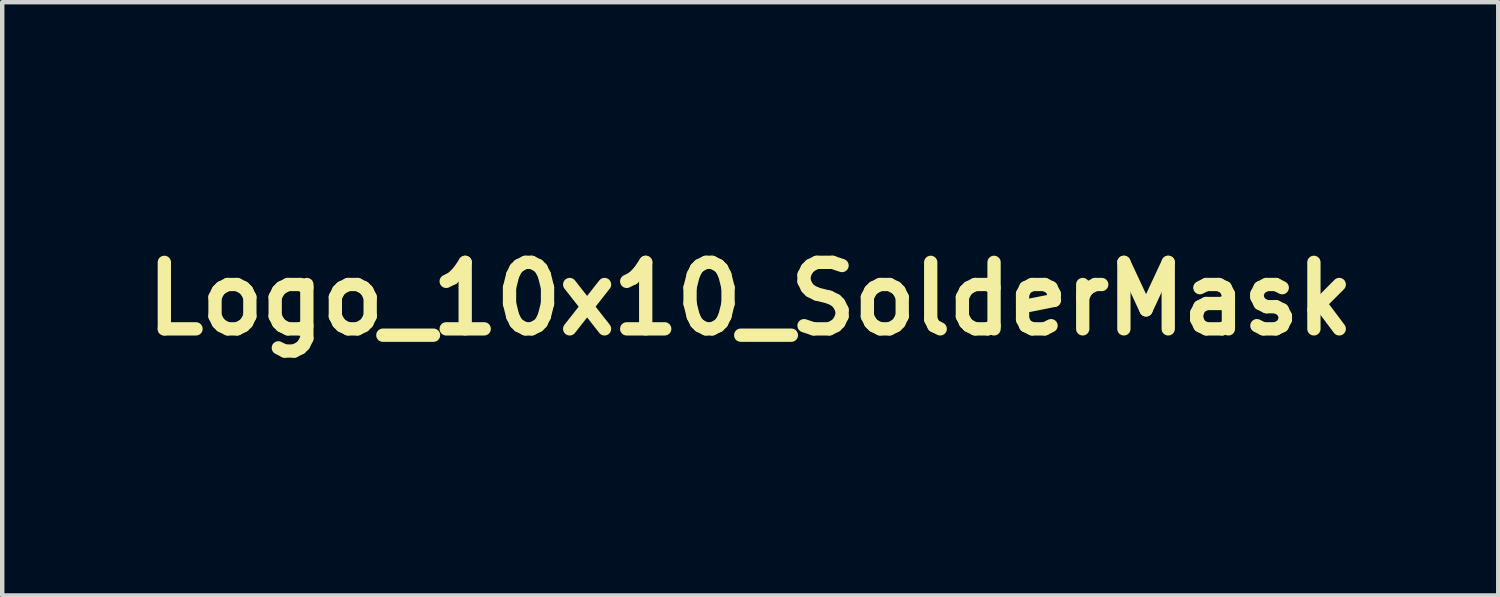
<source format=kicad_pcb>
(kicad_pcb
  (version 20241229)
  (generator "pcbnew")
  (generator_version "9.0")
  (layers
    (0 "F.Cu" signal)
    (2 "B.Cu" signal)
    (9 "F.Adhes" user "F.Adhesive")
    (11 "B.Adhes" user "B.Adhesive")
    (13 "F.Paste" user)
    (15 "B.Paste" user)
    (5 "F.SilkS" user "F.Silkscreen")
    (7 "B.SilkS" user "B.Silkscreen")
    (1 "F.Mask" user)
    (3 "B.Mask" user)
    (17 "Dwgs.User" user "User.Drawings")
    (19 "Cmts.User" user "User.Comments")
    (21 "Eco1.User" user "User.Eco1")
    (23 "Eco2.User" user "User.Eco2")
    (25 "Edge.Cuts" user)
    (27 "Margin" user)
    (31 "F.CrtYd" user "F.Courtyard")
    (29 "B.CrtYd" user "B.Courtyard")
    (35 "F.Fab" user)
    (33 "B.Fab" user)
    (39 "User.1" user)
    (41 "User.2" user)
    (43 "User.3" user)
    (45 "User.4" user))
  (footprint "Logo_10x10_SolderMask"
    (layer "F.Cu")
    (at 13.871 3.689)
    (property "Reference" "Logo_10x10_SolderMask" (at 0 0 0) (layer "F.SilkS") (effects (font (size 1.5 1.5) (thickness 0.3))))
    (attr board_only exclude_from_pos_files exclude_from_bom)
    (fp_poly (pts (xy 0.061 1.389) (xy 0.062 1.39) (xy 0.063 1.391) (xy 0.064 1.395) (xy 0.064 1.4) (xy 0.065 1.408) (xy 0.065 1.419) (xy 0.066 1.432) (xy 0.066 1.449) (xy 0.066 1.47) (xy 0.066 1.495) (xy 0.066 1.525) (xy 0.067 1.559) (xy 0.067 1.599) (xy 0.067 1.645) (xy 0.067 1.697) (xy 0.067 1.719) (xy 0.067 1.773) (xy 0.067 1.82) (xy 0.067 1.862) (xy 0.067 1.899) (xy 0.066 1.93) (xy 0.066 1.956) (xy 0.066 1.979) (xy 0.066 1.997) (xy 0.066 2.012) (xy 0.065 2.023) (xy 0.065 2.032) (xy 0.064 2.039) (xy 0.064 2.043) (xy 0.063 2.046) (xy 0.062 2.048) (xy 0.061 2.049) (xy 0.06 2.05) (xy 0.054 2.051) (xy 0.043 2.052) (xy 0.029 2.053) (xy 0.012 2.053) (xy -0.006 2.053) (xy -0.023 2.053) (xy -0.037 2.052) (xy -0.048 2.051) (xy -0.054 2.05) (xy -0.054 2.05) (xy -0.055 2.049) (xy -0.056 2.047) (xy -0.057 2.044) (xy -0.057 2.04) (xy -0.058 2.034) (xy -0.058 2.025) (xy -0.059 2.014) (xy -0.059 1.999) (xy -0.059 1.981) (xy -0.06 1.959) (xy -0.06 1.933) (xy -0.06 1.902) (xy -0.06 1.866) (xy -0.06 1.824) (xy -0.06 1.776) (xy -0.06 1.727) (xy -0.06 1.671) (xy -0.06 1.622) (xy -0.06 1.579) (xy -0.06 1.541) (xy -0.06 1.509) (xy -0.059 1.482) (xy -0.059 1.46) (xy -0.059 1.441) (xy -0.058 1.427) (xy -0.058 1.417) (xy -0.057 1.41) (xy -0.056 1.405) (xy -0.056 1.404) (xy -0.051 1.402) (xy -0.041 1.4) (xy -0.027 1.398) (xy -0.011 1.396) (xy 0.007 1.393) (xy 0.024 1.391) (xy 0.039 1.39) (xy 0.052 1.389) (xy 0.06 1.388)) (stroke (width 0) (type solid)) (fill yes) (layer "F.Mask"))
    (fp_poly (pts (xy 3.242 1.389) (xy 3.245 1.39) (xy 3.245 1.392) (xy 3.246 1.399) (xy 3.246 1.41) (xy 3.247 1.425) (xy 3.247 1.445) (xy 3.248 1.47) (xy 3.248 1.501) (xy 3.248 1.537) (xy 3.249 1.578) (xy 3.249 1.626) (xy 3.249 1.68) (xy 3.249 1.717) (xy 3.249 1.77) (xy 3.249 1.818) (xy 3.25 1.859) (xy 3.25 1.895) (xy 3.25 1.926) (xy 3.25 1.952) (xy 3.249 1.974) (xy 3.249 1.992) (xy 3.249 2.007) (xy 3.249 2.018) (xy 3.248 2.027) (xy 3.248 2.034) (xy 3.247 2.039) (xy 3.246 2.042) (xy 3.245 2.044) (xy 3.244 2.046) (xy 3.243 2.047) (xy 3.24 2.049) (xy 3.236 2.051) (xy 3.231 2.052) (xy 3.222 2.053) (xy 3.208 2.053) (xy 3.19 2.053) (xy 3.184 2.053) (xy 3.163 2.053) (xy 3.148 2.053) (xy 3.137 2.052) (xy 3.131 2.051) (xy 3.127 2.049) (xy 3.125 2.048) (xy 3.124 2.047) (xy 3.124 2.044) (xy 3.123 2.04) (xy 3.122 2.034) (xy 3.122 2.025) (xy 3.121 2.014) (xy 3.121 2) (xy 3.121 1.982) (xy 3.12 1.96) (xy 3.12 1.934) (xy 3.12 1.904) (xy 3.12 1.868) (xy 3.12 1.826) (xy 3.12 1.779) (xy 3.12 1.727) (xy 3.12 1.673) (xy 3.12 1.625) (xy 3.12 1.583) (xy 3.12 1.547) (xy 3.12 1.516) (xy 3.121 1.49) (xy 3.121 1.468) (xy 3.121 1.45) (xy 3.122 1.436) (xy 3.122 1.425) (xy 3.123 1.417) (xy 3.123 1.411) (xy 3.124 1.408) (xy 3.125 1.406) (xy 3.125 1.406) (xy 3.13 1.403) (xy 3.14 1.401) (xy 3.154 1.398) (xy 3.17 1.395) (xy 3.188 1.393) (xy 3.205 1.391) (xy 3.221 1.389) (xy 3.233 1.389)) (stroke (width 0) (type solid)) (fill yes) (layer "F.Mask"))
    (fp_poly (pts (xy 1.369 1.4) (xy 1.407 1.4) (xy 1.439 1.4) (xy 1.465 1.4) (xy 1.487 1.4) (xy 1.505 1.401) (xy 1.519 1.401) (xy 1.529 1.401) (xy 1.537 1.402) (xy 1.542 1.403) (xy 1.546 1.403) (xy 1.548 1.404) (xy 1.549 1.406) (xy 1.55 1.406) (xy 1.552 1.413) (xy 1.553 1.424) (xy 1.553 1.439) (xy 1.553 1.454) (xy 1.553 1.468) (xy 1.551 1.479) (xy 1.55 1.485) (xy 1.547 1.493) (xy 1.387 1.493) (xy 1.227 1.493) (xy 1.227 1.58) (xy 1.227 1.667) (xy 1.377 1.667) (xy 1.412 1.667) (xy 1.443 1.667) (xy 1.471 1.667) (xy 1.494 1.668) (xy 1.512 1.668) (xy 1.525 1.669) (xy 1.532 1.67) (xy 1.533 1.67) (xy 1.536 1.675) (xy 1.538 1.684) (xy 1.539 1.697) (xy 1.54 1.712) (xy 1.54 1.727) (xy 1.539 1.74) (xy 1.538 1.751) (xy 1.537 1.754) (xy 1.533 1.763) (xy 1.38 1.763) (xy 1.227 1.763) (xy 1.227 1.86) (xy 1.227 1.957) (xy 1.385 1.957) (xy 1.422 1.957) (xy 1.453 1.957) (xy 1.478 1.957) (xy 1.498 1.957) (xy 1.514 1.957) (xy 1.526 1.958) (xy 1.535 1.959) (xy 1.541 1.959) (xy 1.545 1.96) (xy 1.548 1.961) (xy 1.548 1.962) (xy 1.55 1.966) (xy 1.552 1.972) (xy 1.553 1.983) (xy 1.553 1.998) (xy 1.553 2.005) (xy 1.553 2.023) (xy 1.552 2.035) (xy 1.551 2.042) (xy 1.549 2.047) (xy 1.548 2.048) (xy 1.546 2.049) (xy 1.544 2.05) (xy 1.539 2.051) (xy 1.532 2.051) (xy 1.523 2.052) (xy 1.51 2.052) (xy 1.493 2.053) (xy 1.473 2.053) (xy 1.448 2.053) (xy 1.417 2.053) (xy 1.381 2.053) (xy 1.339 2.053) (xy 1.327 2.053) (xy 1.278 2.053) (xy 1.235 2.053) (xy 1.198 2.053) (xy 1.167 2.052) (xy 1.142 2.052) (xy 1.124 2.051) (xy 1.112 2.051) (xy 1.106 2.05) (xy 1.106 2.05) (xy 1.105 2.049) (xy 1.104 2.047) (xy 1.103 2.044) (xy 1.103 2.04) (xy 1.102 2.034) (xy 1.102 2.025) (xy 1.101 2.014) (xy 1.101 1.999) (xy 1.101 1.981) (xy 1.1 1.959) (xy 1.1 1.933) (xy 1.1 1.902) (xy 1.1 1.865) (xy 1.1 1.824) (xy 1.1 1.776) (xy 1.1 1.728) (xy 1.1 1.683) (xy 1.1 1.639) (xy 1.1 1.598) (xy 1.1 1.559) (xy 1.1 1.524) (xy 1.101 1.492) (xy 1.101 1.465) (xy 1.101 1.442) (xy 1.101 1.424) (xy 1.102 1.412) (xy 1.102 1.406) (xy 1.102 1.405) (xy 1.103 1.404) (xy 1.105 1.403) (xy 1.109 1.403) (xy 1.115 1.402) (xy 1.124 1.401) (xy 1.136 1.401) (xy 1.151 1.401) (xy 1.171 1.4) (xy 1.195 1.4) (xy 1.224 1.4) (xy 1.258 1.4) (xy 1.299 1.4) (xy 1.325 1.4)) (stroke (width 0) (type solid)) (fill yes) (layer "F.Mask"))
    (fp_poly (pts (xy -1.987 1.4) (xy -1.949 1.4) (xy -1.917 1.4) (xy -1.89 1.4) (xy -1.868 1.4) (xy -1.851 1.401) (xy -1.837 1.401) (xy -1.826 1.402) (xy -1.819 1.402) (xy -1.814 1.403) (xy -1.811 1.404) (xy -1.809 1.405) (xy -1.809 1.405) (xy -1.807 1.412) (xy -1.807 1.423) (xy -1.807 1.437) (xy -1.807 1.452) (xy -1.807 1.466) (xy -1.808 1.478) (xy -1.81 1.487) (xy -1.811 1.489) (xy -1.813 1.49) (xy -1.82 1.491) (xy -1.83 1.492) (xy -1.845 1.492) (xy -1.865 1.493) (xy -1.89 1.493) (xy -1.92 1.493) (xy -1.957 1.493) (xy -1.974 1.493) (xy -2.133 1.493) (xy -2.133 1.58) (xy -2.133 1.667) (xy -1.98 1.667) (xy -1.944 1.667) (xy -1.914 1.667) (xy -1.89 1.667) (xy -1.871 1.667) (xy -1.855 1.667) (xy -1.844 1.668) (xy -1.836 1.668) (xy -1.83 1.669) (xy -1.827 1.67) (xy -1.825 1.671) (xy -1.824 1.673) (xy -1.823 1.673) (xy -1.822 1.68) (xy -1.821 1.691) (xy -1.82 1.704) (xy -1.82 1.72) (xy -1.82 1.734) (xy -1.821 1.747) (xy -1.823 1.756) (xy -1.824 1.759) (xy -1.827 1.76) (xy -1.833 1.761) (xy -1.844 1.762) (xy -1.859 1.762) (xy -1.879 1.763) (xy -1.904 1.763) (xy -1.935 1.763) (xy -1.972 1.763) (xy -1.981 1.763) (xy -2.133 1.763) (xy -2.133 1.86) (xy -2.133 1.957) (xy -1.974 1.957) (xy -1.935 1.957) (xy -1.902 1.957) (xy -1.874 1.957) (xy -1.853 1.957) (xy -1.836 1.958) (xy -1.824 1.959) (xy -1.816 1.959) (xy -1.811 1.96) (xy -1.811 1.961) (xy -1.809 1.966) (xy -1.807 1.978) (xy -1.807 1.997) (xy -1.807 2.006) (xy -1.807 2.023) (xy -1.807 2.035) (xy -1.808 2.042) (xy -1.81 2.047) (xy -1.812 2.049) (xy -1.813 2.05) (xy -1.818 2.051) (xy -1.83 2.051) (xy -1.848 2.052) (xy -1.872 2.052) (xy -1.903 2.053) (xy -1.941 2.053) (xy -1.984 2.053) (xy -2.034 2.053) (xy -2.077 2.053) (xy -2.114 2.053) (xy -2.146 2.053) (xy -2.172 2.053) (xy -2.193 2.053) (xy -2.211 2.053) (xy -2.224 2.052) (xy -2.234 2.052) (xy -2.242 2.051) (xy -2.247 2.051) (xy -2.251 2.05) (xy -2.253 2.049) (xy -2.254 2.047) (xy -2.254 2.047) (xy -2.255 2.046) (xy -2.256 2.043) (xy -2.257 2.04) (xy -2.258 2.034) (xy -2.258 2.027) (xy -2.259 2.017) (xy -2.259 2.003) (xy -2.259 1.987) (xy -2.259 1.967) (xy -2.26 1.943) (xy -2.26 1.914) (xy -2.26 1.88) (xy -2.26 1.841) (xy -2.26 1.796) (xy -2.26 1.745) (xy -2.26 1.725) (xy -2.26 1.669) (xy -2.26 1.619) (xy -2.26 1.575) (xy -2.26 1.537) (xy -2.259 1.505) (xy -2.259 1.478) (xy -2.259 1.455) (xy -2.258 1.437) (xy -2.258 1.423) (xy -2.257 1.413) (xy -2.257 1.407) (xy -2.256 1.404) (xy -2.256 1.404) (xy -2.254 1.403) (xy -2.248 1.402) (xy -2.238 1.402) (xy -2.224 1.401) (xy -2.206 1.401) (xy -2.183 1.401) (xy -2.155 1.4) (xy -2.121 1.4) (xy -2.081 1.4) (xy -2.035 1.4) (xy -2.031 1.4)) (stroke (width 0) (type solid)) (fill yes) (layer "F.Mask"))
    (fp_poly (pts (xy 2.012 1.4) (xy 2.05 1.4) (xy 2.082 1.4) (xy 2.109 1.4) (xy 2.131 1.4) (xy 2.148 1.401) (xy 2.162 1.401) (xy 2.173 1.401) (xy 2.18 1.402) (xy 2.186 1.403) (xy 2.189 1.403) (xy 2.191 1.404) (xy 2.193 1.406) (xy 2.193 1.406) (xy 2.195 1.412) (xy 2.196 1.423) (xy 2.197 1.437) (xy 2.197 1.447) (xy 2.196 1.462) (xy 2.195 1.475) (xy 2.194 1.484) (xy 2.193 1.487) (xy 2.192 1.488) (xy 2.191 1.49) (xy 2.188 1.491) (xy 2.183 1.491) (xy 2.176 1.492) (xy 2.166 1.493) (xy 2.153 1.493) (xy 2.135 1.493) (xy 2.113 1.493) (xy 2.086 1.493) (xy 2.052 1.493) (xy 2.03 1.493) (xy 1.87 1.493) (xy 1.87 1.58) (xy 1.87 1.667) (xy 2.021 1.667) (xy 2.055 1.667) (xy 2.087 1.667) (xy 2.114 1.667) (xy 2.137 1.668) (xy 2.156 1.668) (xy 2.169 1.669) (xy 2.176 1.67) (xy 2.177 1.67) (xy 2.179 1.675) (xy 2.181 1.684) (xy 2.182 1.697) (xy 2.183 1.712) (xy 2.183 1.727) (xy 2.183 1.741) (xy 2.182 1.751) (xy 2.18 1.756) (xy 2.179 1.758) (xy 2.178 1.759) (xy 2.175 1.76) (xy 2.171 1.761) (xy 2.165 1.762) (xy 2.155 1.763) (xy 2.143 1.763) (xy 2.126 1.763) (xy 2.105 1.763) (xy 2.079 1.763) (xy 2.047 1.763) (xy 2.023 1.763) (xy 1.87 1.763) (xy 1.87 1.86) (xy 1.87 1.957) (xy 2.028 1.957) (xy 2.065 1.957) (xy 2.096 1.957) (xy 2.121 1.957) (xy 2.142 1.957) (xy 2.158 1.957) (xy 2.17 1.958) (xy 2.179 1.959) (xy 2.185 1.959) (xy 2.189 1.96) (xy 2.191 1.961) (xy 2.191 1.962) (xy 2.194 1.966) (xy 2.195 1.972) (xy 2.196 1.983) (xy 2.197 1.998) (xy 2.197 2.005) (xy 2.196 2.023) (xy 2.196 2.035) (xy 2.194 2.042) (xy 2.192 2.047) (xy 2.191 2.048) (xy 2.19 2.049) (xy 2.187 2.05) (xy 2.182 2.051) (xy 2.175 2.051) (xy 2.166 2.052) (xy 2.153 2.052) (xy 2.137 2.053) (xy 2.116 2.053) (xy 2.091 2.053) (xy 2.061 2.053) (xy 2.025 2.053) (xy 1.983 2.053) (xy 1.971 2.053) (xy 1.922 2.053) (xy 1.879 2.053) (xy 1.842 2.053) (xy 1.811 2.052) (xy 1.786 2.052) (xy 1.767 2.051) (xy 1.755 2.051) (xy 1.749 2.05) (xy 1.749 2.05) (xy 1.748 2.049) (xy 1.747 2.047) (xy 1.747 2.044) (xy 1.746 2.04) (xy 1.745 2.034) (xy 1.745 2.025) (xy 1.744 2.014) (xy 1.744 1.999) (xy 1.744 1.981) (xy 1.744 1.959) (xy 1.744 1.933) (xy 1.743 1.902) (xy 1.743 1.865) (xy 1.743 1.824) (xy 1.743 1.776) (xy 1.743 1.728) (xy 1.743 1.683) (xy 1.743 1.639) (xy 1.744 1.598) (xy 1.744 1.559) (xy 1.744 1.524) (xy 1.744 1.492) (xy 1.744 1.465) (xy 1.744 1.442) (xy 1.745 1.424) (xy 1.745 1.412) (xy 1.745 1.406) (xy 1.745 1.405) (xy 1.746 1.404) (xy 1.748 1.403) (xy 1.752 1.403) (xy 1.758 1.402) (xy 1.767 1.401) (xy 1.779 1.401) (xy 1.795 1.401) (xy 1.814 1.4) (xy 1.838 1.4) (xy 1.867 1.4) (xy 1.902 1.4) (xy 1.942 1.4) (xy 1.969 1.4)) (stroke (width 0) (type solid)) (fill yes) (layer "F.Mask"))
    (fp_poly (pts (xy 3.619 1.4) (xy 3.646 1.4) (xy 3.667 1.401) (xy 3.683 1.401) (xy 3.694 1.402) (xy 3.701 1.403) (xy 3.705 1.404) (xy 3.706 1.404) (xy 3.707 1.408) (xy 3.711 1.417) (xy 3.717 1.432) (xy 3.725 1.452) (xy 3.735 1.476) (xy 3.746 1.503) (xy 3.758 1.535) (xy 3.772 1.569) (xy 3.786 1.607) (xy 3.802 1.646) (xy 3.817 1.683) (xy 3.833 1.724) (xy 3.848 1.764) (xy 3.863 1.801) (xy 3.876 1.836) (xy 3.889 1.867) (xy 3.9 1.895) (xy 3.91 1.92) (xy 3.918 1.939) (xy 3.923 1.954) (xy 3.927 1.964) (xy 3.929 1.968) (xy 3.934 1.974) (xy 3.939 1.977) (xy 3.94 1.976) (xy 3.94 1.974) (xy 3.941 1.971) (xy 3.942 1.966) (xy 3.942 1.958) (xy 3.943 1.947) (xy 3.943 1.933) (xy 3.943 1.915) (xy 3.943 1.893) (xy 3.943 1.867) (xy 3.943 1.836) (xy 3.943 1.799) (xy 3.943 1.757) (xy 3.943 1.708) (xy 3.943 1.689) (xy 3.942 1.402) (xy 4.002 1.402) (xy 4.062 1.402) (xy 4.063 1.723) (xy 4.063 1.777) (xy 4.063 1.824) (xy 4.063 1.866) (xy 4.063 1.902) (xy 4.063 1.933) (xy 4.063 1.959) (xy 4.063 1.981) (xy 4.062 1.999) (xy 4.062 2.013) (xy 4.062 2.025) (xy 4.061 2.033) (xy 4.061 2.04) (xy 4.06 2.044) (xy 4.059 2.047) (xy 4.058 2.048) (xy 4.058 2.049) (xy 4.054 2.05) (xy 4.047 2.051) (xy 4.036 2.052) (xy 4.02 2.053) (xy 3.999 2.053) (xy 3.972 2.053) (xy 3.948 2.053) (xy 3.918 2.053) (xy 3.893 2.053) (xy 3.874 2.053) (xy 3.86 2.052) (xy 3.849 2.051) (xy 3.841 2.049) (xy 3.836 2.046) (xy 3.832 2.042) (xy 3.829 2.037) (xy 3.827 2.03) (xy 3.825 2.027) (xy 3.823 2.021) (xy 3.819 2.01) (xy 3.812 1.994) (xy 3.804 1.973) (xy 3.794 1.948) (xy 3.782 1.919) (xy 3.769 1.887) (xy 3.755 1.852) (xy 3.74 1.815) (xy 3.725 1.776) (xy 3.716 1.754) (xy 3.613 1.497) (xy 3.597 1.497) (xy 3.582 1.497) (xy 3.584 1.616) (xy 3.585 1.646) (xy 3.586 1.682) (xy 3.586 1.721) (xy 3.587 1.762) (xy 3.588 1.803) (xy 3.588 1.844) (xy 3.589 1.882) (xy 3.589 1.89) (xy 3.589 1.927) (xy 3.59 1.957) (xy 3.59 1.981) (xy 3.59 2.001) (xy 3.59 2.016) (xy 3.59 2.028) (xy 3.589 2.036) (xy 3.589 2.042) (xy 3.588 2.045) (xy 3.587 2.048) (xy 3.585 2.049) (xy 3.584 2.05) (xy 3.578 2.051) (xy 3.566 2.052) (xy 3.549 2.053) (xy 3.527 2.053) (xy 3.525 2.053) (xy 3.505 2.053) (xy 3.49 2.053) (xy 3.48 2.052) (xy 3.474 2.051) (xy 3.47 2.049) (xy 3.469 2.048) (xy 3.468 2.047) (xy 3.467 2.044) (xy 3.466 2.04) (xy 3.466 2.034) (xy 3.465 2.025) (xy 3.465 2.014) (xy 3.464 2) (xy 3.464 1.982) (xy 3.464 1.96) (xy 3.464 1.934) (xy 3.464 1.903) (xy 3.463 1.867) (xy 3.463 1.826) (xy 3.463 1.779) (xy 3.463 1.728) (xy 3.463 1.666) (xy 3.463 1.611) (xy 3.464 1.562) (xy 3.464 1.52) (xy 3.464 1.485) (xy 3.465 1.456) (xy 3.465 1.434) (xy 3.466 1.418) (xy 3.466 1.409) (xy 3.467 1.406) (xy 3.468 1.405) (xy 3.47 1.403) (xy 3.473 1.402) (xy 3.479 1.401) (xy 3.487 1.401) (xy 3.499 1.4) (xy 3.515 1.4) (xy 3.535 1.4) (xy 3.561 1.4) (xy 3.586 1.4)) (stroke (width 0) (type solid)) (fill yes) (layer "F.Mask"))
    (fp_poly (pts (xy 4.63 1.39) (xy 4.682 1.395) (xy 4.734 1.405) (xy 4.743 1.407) (xy 4.767 1.413) (xy 4.787 1.419) (xy 4.802 1.424) (xy 4.812 1.429) (xy 4.816 1.432) (xy 4.817 1.438) (xy 4.816 1.448) (xy 4.814 1.461) (xy 4.811 1.475) (xy 4.808 1.489) (xy 4.805 1.501) (xy 4.802 1.509) (xy 4.8 1.511) (xy 4.796 1.513) (xy 4.787 1.512) (xy 4.779 1.511) (xy 4.742 1.503) (xy 4.711 1.497) (xy 4.684 1.492) (xy 4.661 1.488) (xy 4.639 1.486) (xy 4.619 1.484) (xy 4.599 1.484) (xy 4.578 1.484) (xy 4.567 1.484) (xy 4.532 1.487) (xy 4.504 1.492) (xy 4.479 1.499) (xy 4.458 1.509) (xy 4.44 1.522) (xy 4.43 1.532) (xy 4.415 1.551) (xy 4.403 1.573) (xy 4.394 1.598) (xy 4.387 1.628) (xy 4.383 1.662) (xy 4.381 1.702) (xy 4.381 1.748) (xy 4.381 1.753) (xy 4.382 1.785) (xy 4.385 1.812) (xy 4.388 1.834) (xy 4.392 1.854) (xy 4.398 1.871) (xy 4.405 1.888) (xy 4.42 1.914) (xy 4.439 1.934) (xy 4.463 1.95) (xy 4.492 1.961) (xy 4.507 1.965) (xy 4.524 1.968) (xy 4.546 1.97) (xy 4.571 1.971) (xy 4.597 1.971) (xy 4.623 1.97) (xy 4.646 1.968) (xy 4.659 1.967) (xy 4.69 1.962) (xy 4.69 1.868) (xy 4.69 1.774) (xy 4.678 1.772) (xy 4.669 1.771) (xy 4.656 1.769) (xy 4.64 1.767) (xy 4.623 1.765) (xy 4.622 1.765) (xy 4.602 1.762) (xy 4.587 1.759) (xy 4.578 1.757) (xy 4.574 1.754) (xy 4.574 1.754) (xy 4.572 1.748) (xy 4.57 1.737) (xy 4.57 1.723) (xy 4.57 1.708) (xy 4.571 1.694) (xy 4.572 1.683) (xy 4.575 1.676) (xy 4.575 1.675) (xy 4.577 1.674) (xy 4.581 1.673) (xy 4.587 1.672) (xy 4.596 1.671) (xy 4.608 1.671) (xy 4.625 1.67) (xy 4.646 1.67) (xy 4.673 1.67) (xy 4.693 1.67) (xy 4.72 1.67) (xy 4.744 1.67) (xy 4.766 1.671) (xy 4.785 1.671) (xy 4.798 1.672) (xy 4.807 1.672) (xy 4.809 1.673) (xy 4.81 1.675) (xy 4.811 1.679) (xy 4.812 1.687) (xy 4.812 1.698) (xy 4.813 1.713) (xy 4.813 1.733) (xy 4.813 1.758) (xy 4.813 1.788) (xy 4.813 1.825) (xy 4.813 1.841) (xy 4.812 1.878) (xy 4.812 1.91) (xy 4.812 1.936) (xy 4.812 1.956) (xy 4.811 1.973) (xy 4.811 1.986) (xy 4.81 1.995) (xy 4.81 2.002) (xy 4.809 2.007) (xy 4.808 2.011) (xy 4.806 2.013) (xy 4.805 2.016) (xy 4.797 2.024) (xy 4.788 2.032) (xy 4.776 2.038) (xy 4.76 2.043) (xy 4.74 2.048) (xy 4.715 2.053) (xy 4.698 2.055) (xy 4.679 2.058) (xy 4.655 2.059) (xy 4.628 2.061) (xy 4.599 2.062) (xy 4.57 2.062) (xy 4.542 2.062) (xy 4.517 2.061) (xy 4.496 2.06) (xy 4.486 2.058) (xy 4.441 2.05) (xy 4.403 2.039) (xy 4.369 2.024) (xy 4.34 2.005) (xy 4.316 1.982) (xy 4.296 1.954) (xy 4.28 1.921) (xy 4.267 1.883) (xy 4.258 1.845) (xy 4.255 1.828) (xy 4.254 1.807) (xy 4.252 1.781) (xy 4.252 1.753) (xy 4.251 1.723) (xy 4.252 1.694) (xy 4.253 1.667) (xy 4.254 1.642) (xy 4.256 1.622) (xy 4.258 1.612) (xy 4.265 1.577) (xy 4.274 1.548) (xy 4.284 1.523) (xy 4.296 1.501) (xy 4.31 1.481) (xy 4.327 1.462) (xy 4.328 1.462) (xy 4.35 1.442) (xy 4.373 1.426) (xy 4.399 1.414) (xy 4.429 1.404) (xy 4.438 1.402) (xy 4.48 1.393) (xy 4.528 1.389) (xy 4.578 1.387)) (stroke (width 0) (type solid)) (fill yes) (layer "F.Mask"))
    (fp_poly (pts (xy -0.457 1.389) (xy -0.408 1.394) (xy -0.36 1.402) (xy -0.325 1.41) (xy -0.303 1.416) (xy -0.287 1.42) (xy -0.276 1.424) (xy -0.269 1.428) (xy -0.265 1.433) (xy -0.263 1.437) (xy -0.263 1.439) (xy -0.264 1.448) (xy -0.266 1.46) (xy -0.269 1.474) (xy -0.272 1.488) (xy -0.275 1.5) (xy -0.278 1.508) (xy -0.28 1.511) (xy -0.285 1.513) (xy -0.294 1.512) (xy -0.301 1.511) (xy -0.338 1.503) (xy -0.369 1.497) (xy -0.396 1.492) (xy -0.419 1.488) (xy -0.441 1.486) (xy -0.461 1.484) (xy -0.481 1.484) (xy -0.502 1.484) (xy -0.513 1.484) (xy -0.547 1.487) (xy -0.576 1.491) (xy -0.6 1.498) (xy -0.621 1.508) (xy -0.638 1.521) (xy -0.65 1.532) (xy -0.667 1.554) (xy -0.681 1.581) (xy -0.691 1.613) (xy -0.692 1.62) (xy -0.695 1.636) (xy -0.697 1.657) (xy -0.698 1.682) (xy -0.699 1.709) (xy -0.699 1.737) (xy -0.698 1.765) (xy -0.697 1.79) (xy -0.696 1.813) (xy -0.694 1.831) (xy -0.692 1.838) (xy -0.683 1.872) (xy -0.669 1.9) (xy -0.652 1.924) (xy -0.63 1.942) (xy -0.605 1.956) (xy -0.574 1.965) (xy -0.573 1.965) (xy -0.558 1.968) (xy -0.538 1.969) (xy -0.515 1.97) (xy -0.49 1.97) (xy -0.466 1.97) (xy -0.443 1.969) (xy -0.424 1.967) (xy -0.415 1.966) (xy -0.392 1.962) (xy -0.391 1.867) (xy -0.391 1.843) (xy -0.391 1.821) (xy -0.391 1.802) (xy -0.391 1.788) (xy -0.392 1.778) (xy -0.392 1.773) (xy -0.392 1.773) (xy -0.396 1.773) (xy -0.406 1.772) (xy -0.42 1.77) (xy -0.436 1.768) (xy -0.448 1.767) (xy -0.47 1.764) (xy -0.486 1.761) (xy -0.497 1.759) (xy -0.503 1.756) (xy -0.506 1.754) (xy -0.508 1.748) (xy -0.51 1.737) (xy -0.51 1.723) (xy -0.51 1.708) (xy -0.509 1.694) (xy -0.508 1.683) (xy -0.505 1.676) (xy -0.505 1.675) (xy -0.503 1.674) (xy -0.499 1.673) (xy -0.493 1.672) (xy -0.484 1.671) (xy -0.472 1.671) (xy -0.455 1.67) (xy -0.433 1.67) (xy -0.406 1.67) (xy -0.388 1.67) (xy -0.362 1.67) (xy -0.337 1.67) (xy -0.315 1.67) (xy -0.297 1.671) (xy -0.283 1.671) (xy -0.274 1.672) (xy -0.272 1.672) (xy -0.271 1.673) (xy -0.27 1.675) (xy -0.269 1.68) (xy -0.268 1.687) (xy -0.268 1.696) (xy -0.267 1.71) (xy -0.267 1.727) (xy -0.267 1.749) (xy -0.267 1.777) (xy -0.267 1.81) (xy -0.267 1.835) (xy -0.267 1.872) (xy -0.267 1.902) (xy -0.267 1.928) (xy -0.267 1.948) (xy -0.267 1.964) (xy -0.268 1.977) (xy -0.268 1.987) (xy -0.269 1.994) (xy -0.27 1.999) (xy -0.271 2.003) (xy -0.272 2.007) (xy -0.274 2.01) (xy -0.28 2.02) (xy -0.288 2.028) (xy -0.298 2.035) (xy -0.311 2.04) (xy -0.328 2.045) (xy -0.351 2.05) (xy -0.379 2.055) (xy -0.382 2.055) (xy -0.401 2.058) (xy -0.425 2.059) (xy -0.452 2.061) (xy -0.481 2.062) (xy -0.51 2.062) (xy -0.538 2.062) (xy -0.563 2.061) (xy -0.584 2.06) (xy -0.594 2.058) (xy -0.637 2.05) (xy -0.675 2.039) (xy -0.709 2.024) (xy -0.738 2.006) (xy -0.763 1.983) (xy -0.783 1.957) (xy -0.8 1.925) (xy -0.812 1.889) (xy -0.822 1.848) (xy -0.827 1.801) (xy -0.83 1.749) (xy -0.83 1.73) (xy -0.829 1.69) (xy -0.828 1.656) (xy -0.824 1.626) (xy -0.82 1.598) (xy -0.815 1.577) (xy -0.802 1.537) (xy -0.785 1.502) (xy -0.763 1.472) (xy -0.736 1.446) (xy -0.705 1.426) (xy -0.669 1.409) (xy -0.633 1.399) (xy -0.594 1.392) (xy -0.551 1.388) (xy -0.505 1.387)) (stroke (width 0) (type solid)) (fill yes) (layer "F.Mask"))
    (fp_poly (pts (xy -1.462 1.4) (xy -1.437 1.4) (xy -1.417 1.4) (xy -1.402 1.401) (xy -1.392 1.401) (xy -1.384 1.402) (xy -1.379 1.403) (xy -1.376 1.404) (xy -1.374 1.405) (xy -1.374 1.406) (xy -1.372 1.41) (xy -1.368 1.42) (xy -1.362 1.435) (xy -1.354 1.455) (xy -1.344 1.479) (xy -1.333 1.507) (xy -1.321 1.538) (xy -1.307 1.573) (xy -1.293 1.61) (xy -1.277 1.649) (xy -1.265 1.68) (xy -1.245 1.73) (xy -1.228 1.774) (xy -1.213 1.812) (xy -1.2 1.845) (xy -1.189 1.873) (xy -1.179 1.897) (xy -1.172 1.917) (xy -1.165 1.933) (xy -1.16 1.946) (xy -1.155 1.957) (xy -1.152 1.964) (xy -1.149 1.97) (xy -1.147 1.973) (xy -1.146 1.975) (xy -1.144 1.976) (xy -1.143 1.977) (xy -1.142 1.977) (xy -1.142 1.977) (xy -1.141 1.976) (xy -1.14 1.975) (xy -1.139 1.972) (xy -1.139 1.966) (xy -1.138 1.959) (xy -1.138 1.949) (xy -1.137 1.935) (xy -1.137 1.918) (xy -1.137 1.898) (xy -1.137 1.872) (xy -1.137 1.842) (xy -1.137 1.807) (xy -1.137 1.766) (xy -1.137 1.719) (xy -1.137 1.689) (xy -1.138 1.402) (xy -1.078 1.402) (xy -1.018 1.402) (xy -1.017 1.723) (xy -1.017 1.777) (xy -1.017 1.824) (xy -1.017 1.866) (xy -1.017 1.902) (xy -1.017 1.933) (xy -1.017 1.959) (xy -1.017 1.981) (xy -1.018 1.999) (xy -1.018 2.013) (xy -1.018 2.025) (xy -1.019 2.033) (xy -1.019 2.04) (xy -1.02 2.044) (xy -1.021 2.047) (xy -1.022 2.048) (xy -1.022 2.049) (xy -1.026 2.05) (xy -1.033 2.051) (xy -1.044 2.052) (xy -1.06 2.053) (xy -1.081 2.053) (xy -1.108 2.053) (xy -1.132 2.053) (xy -1.161 2.053) (xy -1.185 2.053) (xy -1.203 2.053) (xy -1.217 2.053) (xy -1.226 2.052) (xy -1.233 2.051) (xy -1.238 2.05) (xy -1.241 2.049) (xy -1.243 2.047) (xy -1.245 2.043) (xy -1.25 2.033) (xy -1.257 2.018) (xy -1.266 1.997) (xy -1.277 1.971) (xy -1.289 1.94) (xy -1.304 1.905) (xy -1.32 1.865) (xy -1.337 1.822) (xy -1.356 1.775) (xy -1.358 1.769) (xy -1.467 1.497) (xy -1.482 1.497) (xy -1.497 1.497) (xy -1.497 1.526) (xy -1.497 1.534) (xy -1.497 1.548) (xy -1.496 1.568) (xy -1.496 1.592) (xy -1.496 1.621) (xy -1.495 1.653) (xy -1.495 1.689) (xy -1.494 1.727) (xy -1.493 1.766) (xy -1.493 1.8) (xy -1.492 1.846) (xy -1.492 1.886) (xy -1.491 1.92) (xy -1.491 1.949) (xy -1.491 1.974) (xy -1.49 1.993) (xy -1.49 2.009) (xy -1.491 2.022) (xy -1.491 2.031) (xy -1.491 2.038) (xy -1.492 2.042) (xy -1.493 2.046) (xy -1.494 2.047) (xy -1.495 2.049) (xy -1.495 2.049) (xy -1.501 2.051) (xy -1.512 2.052) (xy -1.527 2.053) (xy -1.544 2.054) (xy -1.562 2.054) (xy -1.579 2.053) (xy -1.594 2.052) (xy -1.605 2.05) (xy -1.611 2.048) (xy -1.611 2.048) (xy -1.612 2.047) (xy -1.613 2.044) (xy -1.614 2.04) (xy -1.614 2.034) (xy -1.615 2.026) (xy -1.615 2.014) (xy -1.616 2) (xy -1.616 1.982) (xy -1.616 1.961) (xy -1.616 1.934) (xy -1.616 1.904) (xy -1.617 1.868) (xy -1.617 1.827) (xy -1.617 1.779) (xy -1.617 1.726) (xy -1.617 1.725) (xy -1.617 1.669) (xy -1.617 1.62) (xy -1.616 1.576) (xy -1.616 1.538) (xy -1.616 1.505) (xy -1.616 1.478) (xy -1.616 1.455) (xy -1.615 1.437) (xy -1.615 1.423) (xy -1.614 1.414) (xy -1.614 1.407) (xy -1.613 1.404) (xy -1.613 1.404) (xy -1.61 1.403) (xy -1.603 1.402) (xy -1.591 1.401) (xy -1.575 1.401) (xy -1.554 1.4) (xy -1.526 1.4) (xy -1.493 1.4) (xy -1.493 1.4)) (stroke (width 0) (type solid)) (fill yes) (layer "F.Mask"))
    (fp_poly (pts (xy 0.451 1.4) (xy 0.473 1.4) (xy 0.492 1.4) (xy 0.507 1.401) (xy 0.517 1.402) (xy 0.522 1.403) (xy 0.522 1.403) (xy 0.524 1.406) (xy 0.528 1.415) (xy 0.534 1.43) (xy 0.542 1.449) (xy 0.552 1.473) (xy 0.563 1.501) (xy 0.576 1.532) (xy 0.59 1.567) (xy 0.604 1.604) (xy 0.62 1.644) (xy 0.636 1.685) (xy 0.639 1.691) (xy 0.658 1.741) (xy 0.675 1.784) (xy 0.691 1.823) (xy 0.704 1.856) (xy 0.715 1.884) (xy 0.725 1.908) (xy 0.733 1.927) (xy 0.739 1.943) (xy 0.745 1.955) (xy 0.749 1.964) (xy 0.752 1.971) (xy 0.755 1.975) (xy 0.757 1.976) (xy 0.757 1.977) (xy 0.759 1.976) (xy 0.76 1.976) (xy 0.761 1.974) (xy 0.761 1.97) (xy 0.762 1.964) (xy 0.762 1.955) (xy 0.763 1.944) (xy 0.763 1.928) (xy 0.763 1.909) (xy 0.763 1.885) (xy 0.762 1.856) (xy 0.762 1.821) (xy 0.762 1.78) (xy 0.762 1.772) (xy 0.761 1.733) (xy 0.761 1.694) (xy 0.761 1.655) (xy 0.76 1.618) (xy 0.76 1.583) (xy 0.759 1.551) (xy 0.759 1.524) (xy 0.758 1.502) (xy 0.758 1.49) (xy 0.758 1.463) (xy 0.758 1.443) (xy 0.758 1.428) (xy 0.758 1.417) (xy 0.759 1.41) (xy 0.761 1.406) (xy 0.761 1.406) (xy 0.763 1.404) (xy 0.766 1.402) (xy 0.772 1.401) (xy 0.781 1.401) (xy 0.795 1.4) (xy 0.813 1.401) (xy 0.823 1.401) (xy 0.882 1.402) (xy 0.883 1.723) (xy 0.883 1.777) (xy 0.883 1.824) (xy 0.883 1.866) (xy 0.883 1.902) (xy 0.883 1.933) (xy 0.883 1.959) (xy 0.883 1.981) (xy 0.882 1.999) (xy 0.882 2.013) (xy 0.882 2.025) (xy 0.881 2.033) (xy 0.881 2.04) (xy 0.88 2.044) (xy 0.879 2.047) (xy 0.878 2.048) (xy 0.878 2.049) (xy 0.873 2.051) (xy 0.862 2.052) (xy 0.846 2.053) (xy 0.827 2.053) (xy 0.805 2.054) (xy 0.782 2.054) (xy 0.758 2.054) (xy 0.735 2.053) (xy 0.713 2.053) (xy 0.693 2.052) (xy 0.677 2.051) (xy 0.665 2.05) (xy 0.658 2.049) (xy 0.658 2.049) (xy 0.655 2.045) (xy 0.651 2.035) (xy 0.644 2.02) (xy 0.635 1.999) (xy 0.624 1.972) (xy 0.61 1.94) (xy 0.594 1.901) (xy 0.576 1.856) (xy 0.556 1.806) (xy 0.542 1.77) (xy 0.432 1.497) (xy 0.418 1.497) (xy 0.403 1.497) (xy 0.403 1.558) (xy 0.403 1.572) (xy 0.404 1.592) (xy 0.404 1.617) (xy 0.404 1.647) (xy 0.405 1.68) (xy 0.405 1.716) (xy 0.406 1.754) (xy 0.406 1.793) (xy 0.407 1.832) (xy 0.408 1.875) (xy 0.408 1.911) (xy 0.409 1.943) (xy 0.409 1.969) (xy 0.409 1.99) (xy 0.409 2.007) (xy 0.409 2.02) (xy 0.409 2.03) (xy 0.408 2.037) (xy 0.408 2.043) (xy 0.407 2.046) (xy 0.406 2.048) (xy 0.405 2.049) (xy 0.405 2.049) (xy 0.399 2.051) (xy 0.388 2.052) (xy 0.374 2.053) (xy 0.357 2.053) (xy 0.34 2.053) (xy 0.323 2.053) (xy 0.308 2.052) (xy 0.296 2.051) (xy 0.29 2.05) (xy 0.289 2.05) (xy 0.288 2.049) (xy 0.287 2.047) (xy 0.287 2.044) (xy 0.286 2.04) (xy 0.285 2.034) (xy 0.285 2.025) (xy 0.284 2.014) (xy 0.284 1.999) (xy 0.284 1.981) (xy 0.284 1.959) (xy 0.284 1.933) (xy 0.283 1.902) (xy 0.283 1.866) (xy 0.283 1.824) (xy 0.283 1.776) (xy 0.283 1.727) (xy 0.283 1.671) (xy 0.283 1.621) (xy 0.284 1.577) (xy 0.284 1.539) (xy 0.284 1.506) (xy 0.284 1.479) (xy 0.284 1.456) (xy 0.285 1.438) (xy 0.285 1.424) (xy 0.286 1.414) (xy 0.286 1.407) (xy 0.287 1.404) (xy 0.287 1.404) (xy 0.291 1.403) (xy 0.301 1.402) (xy 0.316 1.402) (xy 0.334 1.401) (xy 0.356 1.4) (xy 0.379 1.4) (xy 0.403 1.4) (xy 0.428 1.4)) (stroke (width 0) (type solid)) (fill yes) (layer "F.Mask"))
    (fp_poly (pts (xy 2.536 1.401) (xy 2.579 1.401) (xy 2.586 1.401) (xy 2.626 1.401) (xy 2.661 1.401) (xy 2.691 1.402) (xy 2.715 1.402) (xy 2.735 1.403) (xy 2.751 1.403) (xy 2.763 1.404) (xy 2.773 1.404) (xy 2.781 1.405) (xy 2.787 1.406) (xy 2.793 1.407) (xy 2.795 1.408) (xy 2.828 1.42) (xy 2.855 1.436) (xy 2.877 1.455) (xy 2.894 1.478) (xy 2.906 1.506) (xy 2.914 1.538) (xy 2.917 1.575) (xy 2.917 1.58) (xy 2.914 1.615) (xy 2.908 1.646) (xy 2.897 1.671) (xy 2.881 1.693) (xy 2.86 1.71) (xy 2.835 1.723) (xy 2.804 1.732) (xy 2.798 1.733) (xy 2.77 1.738) (xy 2.77 1.75) (xy 2.77 1.762) (xy 2.798 1.766) (xy 2.828 1.771) (xy 2.853 1.779) (xy 2.872 1.79) (xy 2.888 1.804) (xy 2.897 1.816) (xy 2.903 1.826) (xy 2.908 1.836) (xy 2.912 1.847) (xy 2.915 1.859) (xy 2.918 1.874) (xy 2.92 1.892) (xy 2.922 1.914) (xy 2.924 1.941) (xy 2.926 1.973) (xy 2.928 2.009) (xy 2.928 2.024) (xy 2.928 2.036) (xy 2.926 2.044) (xy 2.922 2.049) (xy 2.914 2.052) (xy 2.902 2.053) (xy 2.884 2.053) (xy 2.866 2.053) (xy 2.847 2.053) (xy 2.831 2.053) (xy 2.818 2.052) (xy 2.809 2.051) (xy 2.807 2.05) (xy 2.805 2.048) (xy 2.804 2.043) (xy 2.802 2.034) (xy 2.801 2.021) (xy 2.799 2.003) (xy 2.798 1.98) (xy 2.796 1.958) (xy 2.795 1.929) (xy 2.793 1.906) (xy 2.791 1.888) (xy 2.789 1.874) (xy 2.787 1.863) (xy 2.784 1.855) (xy 2.78 1.848) (xy 2.775 1.841) (xy 2.769 1.835) (xy 2.769 1.834) (xy 2.759 1.825) (xy 2.748 1.817) (xy 2.735 1.811) (xy 2.719 1.807) (xy 2.699 1.803) (xy 2.675 1.801) (xy 2.646 1.799) (xy 2.615 1.798) (xy 2.593 1.798) (xy 2.572 1.797) (xy 2.553 1.796) (xy 2.539 1.796) (xy 2.529 1.795) (xy 2.527 1.795) (xy 2.513 1.794) (xy 2.513 1.92) (xy 2.513 1.953) (xy 2.513 1.979) (xy 2.513 2) (xy 2.513 2.016) (xy 2.512 2.028) (xy 2.512 2.037) (xy 2.511 2.043) (xy 2.51 2.046) (xy 2.509 2.048) (xy 2.507 2.05) (xy 2.507 2.05) (xy 2.501 2.051) (xy 2.49 2.052) (xy 2.475 2.053) (xy 2.459 2.053) (xy 2.441 2.053) (xy 2.424 2.053) (xy 2.409 2.052) (xy 2.398 2.051) (xy 2.393 2.05) (xy 2.393 2.05) (xy 2.392 2.049) (xy 2.391 2.047) (xy 2.39 2.044) (xy 2.389 2.04) (xy 2.389 2.034) (xy 2.388 2.025) (xy 2.388 2.014) (xy 2.388 1.999) (xy 2.387 1.981) (xy 2.387 1.959) (xy 2.387 1.933) (xy 2.387 1.902) (xy 2.387 1.866) (xy 2.387 1.824) (xy 2.387 1.776) (xy 2.387 1.727) (xy 2.387 1.673) (xy 2.387 1.625) (xy 2.387 1.602) (xy 2.513 1.602) (xy 2.513 1.714) (xy 2.562 1.712) (xy 2.585 1.711) (xy 2.611 1.709) (xy 2.637 1.708) (xy 2.658 1.707) (xy 2.677 1.705) (xy 2.695 1.703) (xy 2.71 1.701) (xy 2.721 1.699) (xy 2.722 1.698) (xy 2.743 1.689) (xy 2.761 1.676) (xy 2.775 1.659) (xy 2.777 1.657) (xy 2.78 1.65) (xy 2.782 1.644) (xy 2.784 1.636) (xy 2.785 1.626) (xy 2.785 1.612) (xy 2.785 1.597) (xy 2.785 1.578) (xy 2.785 1.565) (xy 2.784 1.556) (xy 2.782 1.549) (xy 2.78 1.542) (xy 2.776 1.535) (xy 2.775 1.534) (xy 2.767 1.522) (xy 2.758 1.512) (xy 2.753 1.508) (xy 2.745 1.503) (xy 2.738 1.499) (xy 2.729 1.496) (xy 2.719 1.494) (xy 2.707 1.492) (xy 2.691 1.491) (xy 2.671 1.49) (xy 2.646 1.49) (xy 2.616 1.49) (xy 2.611 1.49) (xy 2.513 1.49) (xy 2.513 1.602) (xy 2.387 1.602) (xy 2.387 1.583) (xy 2.387 1.546) (xy 2.387 1.515) (xy 2.387 1.488) (xy 2.387 1.466) (xy 2.388 1.448) (xy 2.388 1.434) (xy 2.389 1.423) (xy 2.389 1.415) (xy 2.39 1.409) (xy 2.39 1.405) (xy 2.391 1.404) (xy 2.391 1.404) (xy 2.394 1.403) (xy 2.401 1.402) (xy 2.411 1.401) (xy 2.426 1.401) (xy 2.446 1.401) (xy 2.47 1.401) (xy 2.5 1.4)) (stroke (width 0) (type solid)) (fill yes) (layer "F.Mask"))
    (fp_poly (pts (xy -0.944 -3.687) (xy -0.842 -3.679) (xy -0.742 -3.667) (xy -0.644 -3.65) (xy -0.549 -3.628) (xy -0.462 -3.602) (xy -0.387 -3.573) (xy -0.314 -3.539) (xy -0.244 -3.499) (xy -0.177 -3.454) (xy -0.114 -3.404) (xy -0.054 -3.348) (xy 0.002 -3.289) (xy 0.054 -3.225) (xy 0.101 -3.157) (xy 0.144 -3.085) (xy 0.181 -3.011) (xy 0.213 -2.933) (xy 0.222 -2.905) (xy 0.246 -2.824) (xy 0.264 -2.742) (xy 0.275 -2.658) (xy 0.279 -2.573) (xy 0.277 -2.488) (xy 0.269 -2.402) (xy 0.254 -2.316) (xy 0.245 -2.276) (xy 0.222 -2.197) (xy 0.194 -2.121) (xy 0.161 -2.047) (xy 0.123 -1.977) (xy 0.08 -1.909) (xy 0.033 -1.846) (xy -0.018 -1.786) (xy -0.073 -1.731) (xy -0.132 -1.68) (xy -0.194 -1.634) (xy -0.259 -1.593) (xy -0.326 -1.557) (xy -0.396 -1.527) (xy -0.468 -1.502) (xy -0.542 -1.484) (xy -0.555 -1.482) (xy -0.589 -1.476) (xy -0.622 -1.472) (xy -0.656 -1.469) (xy -0.692 -1.467) (xy -0.732 -1.467) (xy -0.772 -1.468) (xy -0.814 -1.469) (xy -0.851 -1.471) (xy -0.886 -1.474) (xy -0.919 -1.478) (xy -0.953 -1.483) (xy -0.98 -1.489) (xy -1.057 -1.506) (xy -1.131 -1.53) (xy -1.202 -1.558) (xy -1.269 -1.59) (xy -1.332 -1.627) (xy -1.391 -1.669) (xy -1.445 -1.715) (xy -1.495 -1.764) (xy -1.541 -1.817) (xy -1.58 -1.874) (xy -1.615 -1.934) (xy -1.643 -1.997) (xy -1.645 -2.001) (xy -1.667 -2.065) (xy -1.683 -2.13) (xy -1.695 -2.196) (xy -1.701 -2.262) (xy -1.701 -2.328) (xy -1.697 -2.393) (xy -1.688 -2.456) (xy -1.674 -2.518) (xy -1.655 -2.578) (xy -1.631 -2.635) (xy -1.603 -2.688) (xy -1.57 -2.738) (xy -1.532 -2.783) (xy -1.518 -2.798) (xy -1.475 -2.837) (xy -1.43 -2.869) (xy -1.381 -2.897) (xy -1.329 -2.919) (xy -1.272 -2.937) (xy -1.264 -2.939) (xy -1.252 -2.942) (xy -1.241 -2.944) (xy -1.231 -2.946) (xy -1.22 -2.947) (xy -1.206 -2.948) (xy -1.19 -2.948) (xy -1.168 -2.948) (xy -1.155 -2.948) (xy -1.124 -2.948) (xy -1.098 -2.947) (xy -1.076 -2.945) (xy -1.055 -2.942) (xy -1.034 -2.938) (xy -1.012 -2.932) (xy -0.987 -2.924) (xy -0.981 -2.922) (xy -0.925 -2.899) (xy -0.871 -2.871) (xy -0.82 -2.838) (xy -0.771 -2.799) (xy -0.725 -2.756) (xy -0.683 -2.709) (xy -0.645 -2.658) (xy -0.61 -2.604) (xy -0.58 -2.547) (xy -0.554 -2.488) (xy -0.533 -2.427) (xy -0.517 -2.365) (xy -0.507 -2.302) (xy -0.502 -2.239) (xy -0.504 -2.177) (xy -0.507 -2.136) (xy -0.513 -2.101) (xy -0.521 -2.072) (xy -0.531 -2.047) (xy -0.543 -2.026) (xy -0.559 -2.01) (xy -0.577 -1.996) (xy -0.589 -1.989) (xy -0.603 -1.983) (xy -0.614 -1.98) (xy -0.626 -1.979) (xy -0.637 -1.978) (xy -0.666 -1.981) (xy -0.692 -1.99) (xy -0.716 -2.005) (xy -0.72 -2.009) (xy -0.73 -2.019) (xy -0.738 -2.028) (xy -0.745 -2.039) (xy -0.75 -2.051) (xy -0.754 -2.066) (xy -0.756 -2.084) (xy -0.758 -2.106) (xy -0.759 -2.132) (xy -0.76 -2.164) (xy -0.76 -2.188) (xy -0.76 -2.227) (xy -0.761 -2.26) (xy -0.762 -2.288) (xy -0.764 -2.312) (xy -0.768 -2.334) (xy -0.772 -2.354) (xy -0.777 -2.373) (xy -0.784 -2.392) (xy -0.784 -2.394) (xy -0.803 -2.437) (xy -0.828 -2.48) (xy -0.858 -2.522) (xy -0.891 -2.562) (xy -0.926 -2.598) (xy -0.964 -2.63) (xy -0.967 -2.632) (xy -0.989 -2.647) (xy -1.015 -2.662) (xy -1.042 -2.675) (xy -1.068 -2.685) (xy -1.085 -2.69) (xy -1.113 -2.696) (xy -1.143 -2.698) (xy -1.174 -2.697) (xy -1.202 -2.694) (xy -1.215 -2.691) (xy -1.256 -2.675) (xy -1.294 -2.655) (xy -1.328 -2.629) (xy -1.359 -2.597) (xy -1.385 -2.561) (xy -1.408 -2.52) (xy -1.426 -2.474) (xy -1.435 -2.442) (xy -1.444 -2.393) (xy -1.449 -2.342) (xy -1.45 -2.289) (xy -1.446 -2.236) (xy -1.437 -2.184) (xy -1.425 -2.135) (xy -1.413 -2.102) (xy -1.388 -2.047) (xy -1.358 -1.997) (xy -1.322 -1.949) (xy -1.28 -1.906) (xy -1.234 -1.867) (xy -1.183 -1.832) (xy -1.128 -1.801) (xy -1.068 -1.775) (xy -1.004 -1.754) (xy -0.979 -1.747) (xy -0.95 -1.74) (xy -0.924 -1.734) (xy -0.9 -1.73) (xy -0.877 -1.726) (xy -0.853 -1.724) (xy -0.826 -1.723) (xy -0.796 -1.722) (xy -0.761 -1.722) (xy -0.755 -1.722) (xy -0.719 -1.722) (xy -0.688 -1.723) (xy -0.661 -1.724) (xy -0.637 -1.726) (xy -0.614 -1.729) (xy -0.592 -1.733) (xy -0.568 -1.738) (xy -0.553 -1.742) (xy -0.49 -1.761) (xy -0.429 -1.786) (xy -0.371 -1.817) (xy -0.316 -1.854) (xy -0.264 -1.895) (xy -0.215 -1.942) (xy -0.17 -1.992) (xy -0.13 -2.047) (xy -0.093 -2.106) (xy -0.061 -2.168) (xy -0.033 -2.234) (xy -0.01 -2.303) (xy 0.007 -2.374) (xy 0.015 -2.421) (xy 0.021 -2.478) (xy 0.024 -2.538) (xy 0.023 -2.599) (xy 0.019 -2.658) (xy 0.013 -2.703) (xy -0.002 -2.777) (xy -0.023 -2.848) (xy -0.051 -2.916) (xy -0.084 -2.981) (xy -0.124 -3.044) (xy -0.169 -3.104) (xy -0.193 -3.132) (xy -0.24 -3.18) (xy -0.293 -3.225) (xy -0.351 -3.266) (xy -0.413 -3.303) (xy -0.479 -3.337) (xy -0.549 -3.366) (xy -0.621 -3.39) (xy -0.696 -3.41) (xy -0.703 -3.411) (xy -0.78 -3.425) (xy -0.861 -3.434) (xy -0.946 -3.439) (xy -1.033 -3.439) (xy -1.121 -3.435) (xy -1.211 -3.427) (xy -1.301 -3.414) (xy -1.391 -3.396) (xy -1.479 -3.375) (xy -1.496 -3.37) (xy -1.605 -3.336) (xy -1.713 -3.295) (xy -1.82 -3.247) (xy -1.926 -3.194) (xy -2.03 -3.134) (xy -2.133 -3.068) (xy -2.234 -2.997) (xy -2.333 -2.919) (xy -2.429 -2.835) (xy -2.524 -2.746) (xy -2.617 -2.651) (xy -2.707 -2.551) (xy -2.794 -2.445) (xy -2.855 -2.367) (xy -2.925 -2.27) (xy -2.99 -2.175) (xy -3.05 -2.079) (xy -3.107 -1.982) (xy -3.16 -1.882) (xy -3.211 -1.778) (xy -3.261 -1.669) (xy -3.273 -1.64) (xy -3.318 -1.529) (xy -3.357 -1.421) (xy -3.39 -1.316) (xy -3.417 -1.212) (xy -3.438 -1.112) (xy -3.453 -1.013) (xy -3.462 -0.917) (xy -3.465 -0.822) (xy -3.463 -0.729) (xy -3.454 -0.638) (xy -3.44 -0.548) (xy -3.44 -0.548) (xy -3.424 -0.478) (xy -3.405 -0.414) (xy -3.383 -0.355) (xy -3.357 -0.301) (xy -3.327 -0.25) (xy -3.294 -0.204) (xy -3.256 -0.161) (xy -3.236 -0.141) (xy -3.2 -0.11) (xy -3.163 -0.082) (xy -3.122 -0.058) (xy -3.093 -0.042) (xy -3.042 -0.019) (xy -2.988 0.00026) (xy -2.932 0.015) (xy -2.872 0.027) (xy -2.847 0.031) (xy -2.828 0.032) (xy -2.804 0.034) (xy -2.777 0.034) (xy -2.746 0.035) (xy -2.715 0.035) (xy -2.685 0.034) (xy -2.656 0.033) (xy -2.63 0.031) (xy -2.609 0.029) (xy -2.608 0.029) (xy -2.547 0.019) (xy -2.481 0.006) (xy -2.414 -0.01) (xy -2.345 -0.029) (xy -2.277 -0.051) (xy -2.211 -0.074) (xy -2.162 -0.093) (xy -2.136 -0.104) (xy -2.115 -0.112) (xy -2.099 -0.119) (xy -2.086 -0.124) (xy -2.076 -0.127) (xy -2.067 -0.129) (xy -2.06 -0.131) (xy -2.052 -0.131) (xy -2.043 -0.131) (xy -2.033 -0.131) (xy -2.028 -0.131) (xy -2.011 -0.131) (xy -1.998 -0.131) (xy -1.989 -0.13) (xy -1.981 -0.128) (xy -1.972 -0.124) (xy -1.967 -0.122) (xy -1.944 -0.108) (xy -1.925 -0.089) (xy -1.911 -0.066) (xy -1.903 -0.039) (xy -1.9 -0.009) (xy -1.9 -0.009) (xy -1.9 0.007) (xy -1.898 0.017) (xy -1.895 0.021) (xy -1.89 0.022) (xy -1.883 0.02) (xy -1.872 0.015) (xy -1.861 0.009) (xy -1.86 0.008) (xy -1.837 -0.003) (xy -1.812 -0.013) (xy -1.785 -0.02) (xy -1.761 -0.023) (xy -1.755 -0.023) (xy -1.729 -0.021) (xy -1.705 -0.014) (xy -1.681 -0.002) (xy -1.656 0.017) (xy -1.637 0.033) (xy -1.603 0.071) (xy -1.572 0.113) (xy -1.547 0.161) (xy -1.526 0.212) (xy -1.525 0.213) (xy -1.516 0.243) (xy -1.508 0.272) (xy -1.503 0.301) (xy -1.499 0.332) (xy -1.498 0.366) (xy -1.498 0.404) (xy -1.499 0.446) (xy -1.5 0.457) (xy -1.501 0.497) (xy -1.501 0.532) (xy -1.5 0.562) (xy -1.497 0.588) (xy -1.492 0.612) (xy -1.485 0.635) (xy -1.476 0.656) (xy -1.473 0.663) (xy -1.465 0.678) (xy -1.457 0.69) (xy -1.446 0.703) (xy -1.433 0.718) (xy -1.428 0.722) (xy -1.406 0.743) (xy -1.385 0.758) (xy -1.364 0.769) (xy -1.341 0.777) (xy -1.338 0.778) (xy -1.306 0.783) (xy -1.273 0.782) (xy -1.239 0.774) (xy -1.203 0.76) (xy -1.166 0.739) (xy -1.128 0.713) (xy -1.089 0.681) (xy -1.05 0.643) (xy -1.009 0.599) (xy -0.968 0.55) (xy -0.926 0.495) (xy -0.883 0.434) (xy -0.84 0.368) (xy -0.797 0.297) (xy -0.753 0.221) (xy -0.709 0.139) (xy -0.689 0.1) (xy -0.673 0.069) (xy -0.659 0.044) (xy -0.647 0.022) (xy -0.636 0.005) (xy -0.625 -0.01) (xy -0.614 -0.024) (xy -0.601 -0.037) (xy -0.593 -0.045) (xy -0.568 -0.065) (xy -0.545 -0.079) (xy -0.523 -0.086) (xy -0.511 -0.087) (xy -0.5 -0.086) (xy -0.492 -0.084) (xy -0.485 -0.079) (xy -0.48 -0.074) (xy -0.468 -0.058) (xy -0.459 -0.037) (xy -0.453 -0.011) (xy -0.449 0.017) (xy -0.447 0.048) (xy -0.449 0.08) (xy -0.453 0.113) (xy -0.46 0.145) (xy -0.466 0.163) (xy -0.472 0.178) (xy -0.478 0.193) (xy -0.487 0.209) (xy -0.498 0.227) (xy -0.511 0.248) (xy -0.522 0.263) (xy -0.562 0.325) (xy -0.597 0.384) (xy -0.624 0.435) (xy -0.634 0.455) (xy -0.644 0.476) (xy -0.654 0.498) (xy -0.663 0.518) (xy -0.671 0.537) (xy -0.677 0.553) (xy -0.681 0.564) (xy -0.682 0.568) (xy -0.683 0.574) (xy -0.68 0.576) (xy -0.675 0.577) (xy -0.668 0.576) (xy -0.655 0.575) (xy -0.638 0.573) (xy -0.617 0.57) (xy -0.594 0.566) (xy -0.569 0.563) (xy -0.543 0.559) (xy -0.517 0.555) (xy -0.493 0.551) (xy -0.471 0.548) (xy -0.452 0.544) (xy -0.437 0.542) (xy -0.436 0.542) (xy -0.405 0.535) (xy -0.379 0.529) (xy -0.358 0.524) (xy -0.342 0.518) (xy -0.33 0.512) (xy -0.321 0.505) (xy -0.314 0.497) (xy -0.31 0.49) (xy -0.307 0.482) (xy -0.304 0.472) (xy -0.302 0.461) (xy -0.301 0.446) (xy -0.301 0.428) (xy -0.302 0.405) (xy -0.302 0.402) (xy -0.08 0.402) (xy -0.079 0.424) (xy -0.079 0.441) (xy -0.078 0.453) (xy -0.077 0.46) (xy -0.075 0.465) (xy -0.072 0.47) (xy -0.07 0.472) (xy -0.06 0.479) (xy -0.05 0.483) (xy -0.05 0.483) (xy -0.036 0.485) (xy -0.018 0.484) (xy 0.003 0.482) (xy 0.025 0.477) (xy 0.03 0.476) (xy 0.059 0.468) (xy 0.091 0.458) (xy 0.123 0.447) (xy 0.153 0.436) (xy 0.175 0.427) (xy 0.192 0.419) (xy 0.214 0.41) (xy 0.239 0.398) (xy 0.266 0.386) (xy 0.294 0.374) (xy 0.323 0.361) (xy 0.35 0.348) (xy 0.375 0.337) (xy 0.398 0.327) (xy 0.415 0.318) (xy 0.426 0.313) (xy 0.469 0.29) (xy 0.508 0.263) (xy 0.541 0.233) (xy 0.569 0.2) (xy 0.592 0.166) (xy 0.597 0.155) (xy 0.608 0.129) (xy 0.615 0.106) (xy 0.619 0.084) (xy 0.62 0.059) (xy 0.619 0.052) (xy 0.618 0.036) (xy 0.617 0.024) (xy 0.614 0.014) (xy 0.609 0.003) (xy 0.604 -0.008) (xy 0.586 -0.037) (xy 0.565 -0.062) (xy 0.539 -0.082) (xy 0.508 -0.098) (xy 0.473 -0.11) (xy 0.432 -0.119) (xy 0.422 -0.12) (xy 0.381 -0.122) (xy 0.338 -0.117) (xy 0.294 -0.107) (xy 0.249 -0.091) (xy 0.203 -0.068) (xy 0.157 -0.04) (xy 0.112 -0.007) (xy 0.096 0.006) (xy 0.058 0.041) (xy 0.024 0.081) (xy -0.006 0.123) (xy -0.026 0.158) (xy -0.044 0.201) (xy -0.059 0.248) (xy -0.07 0.298) (xy -0.077 0.349) (xy -0.08 0.402) (xy -0.302 0.402) (xy -0.303 0.377) (xy -0.303 0.369) (xy -0.305 0.322) (xy -0.305 0.28) (xy -0.303 0.242) (xy -0.298 0.206) (xy -0.291 0.171) (xy -0.281 0.135) (xy -0.273 0.112) (xy -0.264 0.088) (xy -0.252 0.06) (xy -0.238 0.031) (xy -0.223 0.003) (xy -0.209 -0.022) (xy -0.201 -0.035) (xy -0.164 -0.086) (xy -0.122 -0.134) (xy -0.077 -0.179) (xy -0.028 -0.219) (xy 0.024 -0.255) (xy 0.078 -0.287) (xy 0.134 -0.314) (xy 0.192 -0.336) (xy 0.25 -0.353) (xy 0.309 -0.365) (xy 0.367 -0.371) (xy 0.425 -0.372) (xy 0.482 -0.366) (xy 0.518 -0.359) (xy 0.573 -0.344) (xy 0.624 -0.322) (xy 0.671 -0.296) (xy 0.714 -0.265) (xy 0.752 -0.23) (xy 0.785 -0.19) (xy 0.814 -0.146) (xy 0.837 -0.098) (xy 0.855 -0.046) (xy 0.862 -0.016) (xy 0.866 0.004) (xy 0.868 0.029) (xy 0.868 0.056) (xy 0.868 0.084) (xy 0.867 0.111) (xy 0.865 0.135) (xy 0.862 0.153) (xy 0.847 0.209) (xy 0.825 0.263) (xy 0.798 0.313) (xy 0.764 0.361) (xy 0.725 0.405) (xy 0.68 0.447) (xy 0.629 0.485) (xy 0.573 0.521) (xy 0.511 0.553) (xy 0.443 0.582) (xy 0.411 0.594) (xy 0.361 0.61) (xy 0.307 0.626) (xy 0.249 0.642) (xy 0.188 0.656) (xy 0.138 0.667) (xy 0.12 0.67) (xy 0.104 0.674) (xy 0.091 0.676) (xy 0.084 0.678) (xy 0.082 0.679) (xy 0.077 0.682) (xy 0.078 0.685) (xy 0.086 0.689) (xy 0.101 0.692) (xy 0.121 0.696) (xy 0.127 0.696) (xy 0.189 0.702) (xy 0.254 0.702) (xy 0.321 0.697) (xy 0.391 0.687) (xy 0.461 0.671) (xy 0.465 0.67) (xy 0.491 0.663) (xy 0.522 0.654) (xy 0.556 0.643) (xy 0.593 0.63) (xy 0.63 0.617) (xy 0.668 0.603) (xy 0.704 0.589) (xy 0.738 0.576) (xy 0.768 0.564) (xy 0.794 0.552) (xy 0.8 0.55) (xy 0.836 0.531) (xy 0.866 0.513) (xy 0.893 0.493) (xy 0.916 0.472) (xy 0.921 0.467) (xy 0.936 0.45) (xy 0.951 0.432) (xy 0.965 0.413) (xy 0.979 0.391) (xy 0.993 0.366) (xy 1.007 0.338) (xy 1.023 0.305) (xy 1.04 0.268) (xy 1.058 0.225) (xy 1.062 0.217) (xy 1.081 0.172) (xy 1.1 0.13) (xy 1.12 0.089) (xy 1.141 0.048) (xy 1.164 0.006) (xy 1.189 -0.039) (xy 1.213 -0.079) (xy 1.487 -0.079) (xy 1.488 -0.069) (xy 1.491 -0.061) (xy 1.497 -0.058) (xy 1.507 -0.057) (xy 1.522 -0.06) (xy 1.542 -0.066) (xy 1.546 -0.067) (xy 1.562 -0.073) (xy 1.584 -0.083) (xy 1.61 -0.095) (xy 1.64 -0.109) (xy 1.674 -0.126) (xy 1.711 -0.145) (xy 1.751 -0.166) (xy 1.792 -0.189) (xy 1.836 -0.213) (xy 1.843 -0.217) (xy 1.871 -0.232) (xy 1.9 -0.249) (xy 1.929 -0.265) (xy 1.957 -0.28) (xy 1.982 -0.294) (xy 2.003 -0.305) (xy 2.012 -0.31) (xy 2.059 -0.336) (xy 2.111 -0.366) (xy 2.167 -0.399) (xy 2.226 -0.435) (xy 2.287 -0.473) (xy 2.35 -0.513) (xy 2.414 -0.554) (xy 2.478 -0.596) (xy 2.542 -0.638) (xy 2.604 -0.68) (xy 2.664 -0.722) (xy 2.721 -0.762) (xy 2.726 -0.765) (xy 2.808 -0.825) (xy 2.884 -0.881) (xy 2.955 -0.936) (xy 3.021 -0.988) (xy 3.082 -1.039) (xy 3.139 -1.088) (xy 3.192 -1.137) (xy 3.242 -1.184) (xy 3.274 -1.215) (xy 3.305 -1.248) (xy 3.333 -1.277) (xy 3.356 -1.304) (xy 3.375 -1.327) (xy 3.391 -1.349) (xy 3.405 -1.37) (xy 3.417 -1.391) (xy 3.424 -1.405) (xy 3.439 -1.445) (xy 3.449 -1.486) (xy 3.454 -1.529) (xy 3.454 -1.571) (xy 3.448 -1.611) (xy 3.438 -1.65) (xy 3.422 -1.686) (xy 3.415 -1.699) (xy 3.394 -1.727) (xy 3.368 -1.752) (xy 3.339 -1.772) (xy 3.308 -1.787) (xy 3.281 -1.795) (xy 3.243 -1.8) (xy 3.202 -1.799) (xy 3.158 -1.793) (xy 3.111 -1.781) (xy 3.062 -1.764) (xy 3.012 -1.742) (xy 2.96 -1.715) (xy 2.906 -1.682) (xy 2.852 -1.645) (xy 2.832 -1.631) (xy 2.807 -1.611) (xy 2.783 -1.591) (xy 2.759 -1.57) (xy 2.736 -1.547) (xy 2.711 -1.522) (xy 2.684 -1.494) (xy 2.655 -1.461) (xy 2.64 -1.443) (xy 2.619 -1.42) (xy 2.599 -1.397) (xy 2.579 -1.374) (xy 2.559 -1.351) (xy 2.538 -1.328) (xy 2.517 -1.304) (xy 2.494 -1.279) (xy 2.47 -1.253) (xy 2.445 -1.224) (xy 2.417 -1.194) (xy 2.387 -1.16) (xy 2.354 -1.124) (xy 2.318 -1.085) (xy 2.279 -1.042) (xy 2.236 -0.995) (xy 2.189 -0.944) (xy 2.153 -0.905) (xy 2.102 -0.848) (xy 2.054 -0.796) (xy 2.01 -0.749) (xy 1.97 -0.705) (xy 1.934 -0.664) (xy 1.9 -0.627) (xy 1.869 -0.592) (xy 1.84 -0.56) (xy 1.813 -0.53) (xy 1.788 -0.501) (xy 1.765 -0.474) (xy 1.743 -0.449) (xy 1.721 -0.423) (xy 1.7 -0.398) (xy 1.691 -0.388) (xy 1.65 -0.338) (xy 1.614 -0.294) (xy 1.583 -0.253) (xy 1.556 -0.216) (xy 1.534 -0.184) (xy 1.516 -0.155) (xy 1.502 -0.13) (xy 1.493 -0.109) (xy 1.488 -0.091) (xy 1.487 -0.079) (xy 1.213 -0.079) (xy 1.217 -0.087) (xy 1.236 -0.118) (xy 1.283 -0.195) (xy 1.335 -0.274) (xy 1.392 -0.358) (xy 1.453 -0.444) (xy 1.518 -0.533) (xy 1.587 -0.623) (xy 1.658 -0.716) (xy 1.733 -0.81) (xy 1.81 -0.904) (xy 1.89 -1) (xy 1.971 -1.095) (xy 2.055 -1.19) (xy 2.139 -1.285) (xy 2.225 -1.378) (xy 2.311 -1.47) (xy 2.397 -1.56) (xy 2.468 -1.632) (xy 2.51 -1.673) (xy 2.548 -1.71) (xy 2.583 -1.743) (xy 2.616 -1.772) (xy 2.648 -1.8) (xy 2.68 -1.825) (xy 2.712 -1.849) (xy 2.745 -1.873) (xy 2.778 -1.896) (xy 2.845 -1.938) (xy 2.912 -1.973) (xy 2.977 -2.002) (xy 3.041 -2.024) (xy 3.105 -2.039) (xy 3.168 -2.048) (xy 3.229 -2.05) (xy 3.291 -2.046) (xy 3.351 -2.035) (xy 3.367 -2.032) (xy 3.405 -2.019) (xy 3.439 -2.003) (xy 3.471 -1.982) (xy 3.502 -1.956) (xy 3.517 -1.941) (xy 3.548 -1.904) (xy 3.576 -1.862) (xy 3.6 -1.815) (xy 3.621 -1.765) (xy 3.638 -1.712) (xy 3.651 -1.657) (xy 3.66 -1.6) (xy 3.665 -1.543) (xy 3.667 -1.485) (xy 3.664 -1.428) (xy 3.657 -1.373) (xy 3.645 -1.319) (xy 3.629 -1.269) (xy 3.612 -1.228) (xy 3.59 -1.19) (xy 3.563 -1.149) (xy 3.53 -1.107) (xy 3.49 -1.063) (xy 3.444 -1.017) (xy 3.403 -0.977) (xy 3.381 -0.958) (xy 3.361 -0.94) (xy 3.34 -0.922) (xy 3.318 -0.904) (xy 3.296 -0.887) (xy 3.273 -0.868) (xy 3.247 -0.849) (xy 3.22 -0.829) (xy 3.19 -0.808) (xy 3.158 -0.785) (xy 3.122 -0.76) (xy 3.082 -0.733) (xy 3.039 -0.703) (xy 2.99 -0.671) (xy 2.937 -0.635) (xy 2.89 -0.604) (xy 2.834 -0.567) (xy 2.783 -0.533) (xy 2.736 -0.502) (xy 2.693 -0.474) (xy 2.653 -0.448) (xy 2.616 -0.424) (xy 2.58 -0.401) (xy 2.546 -0.379) (xy 2.512 -0.358) (xy 2.478 -0.337) (xy 2.443 -0.316) (xy 2.407 -0.295) (xy 2.37 -0.272) (xy 2.33 -0.249) (xy 2.286 -0.223) (xy 2.248 -0.201) (xy 2.198 -0.172) (xy 2.154 -0.146) (xy 2.114 -0.123) (xy 2.078 -0.102) (xy 2.045 -0.084) (xy 2.015 -0.067) (xy 1.988 -0.052) (xy 1.962 -0.038) (xy 1.937 -0.025) (xy 1.913 -0.013) (xy 1.889 -0.001) (xy 1.864 0.012) (xy 1.838 0.024) (xy 1.825 0.03) (xy 1.8 0.043) (xy 1.773 0.056) (xy 1.745 0.07) (xy 1.72 0.083) (xy 1.698 0.094) (xy 1.692 0.097) (xy 1.673 0.107) (xy 1.65 0.119) (xy 1.624 0.133) (xy 1.597 0.147) (xy 1.569 0.161) (xy 1.543 0.174) (xy 1.518 0.186) (xy 1.493 0.2) (xy 1.469 0.212) (xy 1.448 0.224) (xy 1.43 0.235) (xy 1.417 0.243) (xy 1.415 0.244) (xy 1.393 0.259) (xy 1.37 0.279) (xy 1.346 0.3) (xy 1.325 0.322) (xy 1.306 0.342) (xy 1.297 0.354) (xy 1.272 0.393) (xy 1.254 0.433) (xy 1.24 0.474) (xy 1.232 0.515) (xy 1.231 0.556) (xy 1.235 0.596) (xy 1.245 0.634) (xy 1.25 0.647) (xy 1.266 0.678) (xy 1.284 0.703) (xy 1.307 0.724) (xy 1.333 0.739) (xy 1.364 0.75) (xy 1.394 0.756) (xy 1.431 0.761) (xy 1.472 0.765) (xy 1.517 0.767) (xy 1.564 0.769) (xy 1.612 0.769) (xy 1.637 0.769) (xy 1.699 0.767) (xy 1.757 0.762) (xy 1.811 0.754) (xy 1.862 0.744) (xy 1.911 0.731) (xy 1.96 0.715) (xy 1.981 0.707) (xy 2.001 0.699) (xy 2.015 0.692) (xy 2.026 0.686) (xy 2.036 0.678) (xy 2.039 0.676) (xy 2.05 0.664) (xy 2.058 0.652) (xy 2.064 0.639) (xy 2.066 0.625) (xy 2.065 0.607) (xy 2.061 0.585) (xy 2.055 0.559) (xy 2.05 0.542) (xy 2.041 0.511) (xy 2.035 0.484) (xy 2.03 0.46) (xy 2.027 0.437) (xy 2.027 0.427) (xy 2.287 0.427) (xy 2.287 0.459) (xy 2.291 0.487) (xy 2.298 0.51) (xy 2.309 0.529) (xy 2.31 0.53) (xy 2.322 0.542) (xy 2.337 0.55) (xy 2.354 0.555) (xy 2.376 0.557) (xy 2.402 0.555) (xy 2.432 0.55) (xy 2.481 0.538) (xy 2.534 0.52) (xy 2.59 0.497) (xy 2.649 0.469) (xy 2.655 0.465) (xy 2.694 0.444) (xy 2.728 0.424) (xy 2.76 0.403) (xy 2.79 0.381) (xy 2.82 0.356) (xy 2.853 0.326) (xy 2.856 0.324) (xy 2.886 0.295) (xy 2.911 0.27) (xy 2.931 0.247) (xy 2.948 0.226) (xy 2.961 0.205) (xy 2.972 0.184) (xy 2.981 0.162) (xy 2.982 0.158) (xy 2.988 0.136) (xy 2.992 0.11) (xy 2.993 0.081) (xy 2.993 0.053) (xy 2.991 0.027) (xy 2.988 0.014) (xy 2.98 -0.015) (xy 2.967 -0.042) (xy 2.952 -0.066) (xy 2.934 -0.087) (xy 2.915 -0.102) (xy 2.908 -0.106) (xy 2.879 -0.117) (xy 2.846 -0.123) (xy 2.81 -0.123) (xy 2.771 -0.117) (xy 2.73 -0.106) (xy 2.728 -0.105) (xy 2.709 -0.098) (xy 2.686 -0.088) (xy 2.661 -0.077) (xy 2.635 -0.064) (xy 2.611 -0.051) (xy 2.591 -0.039) (xy 2.537 -0.003) (xy 2.488 0.037) (xy 2.443 0.082) (xy 2.403 0.13) (xy 2.368 0.181) (xy 2.339 0.235) (xy 2.316 0.292) (xy 2.308 0.315) (xy 2.298 0.354) (xy 2.291 0.392) (xy 2.287 0.427) (xy 2.027 0.427) (xy 2.026 0.414) (xy 2.026 0.397) (xy 2.028 0.357) (xy 2.033 0.318) (xy 2.042 0.278) (xy 2.056 0.238) (xy 2.074 0.195) (xy 2.097 0.151) (xy 2.124 0.104) (xy 2.152 0.06) (xy 2.174 0.028) (xy 2.195 -0.001) (xy 2.218 -0.028) (xy 2.242 -0.055) (xy 2.267 -0.08) (xy 2.317 -0.128) (xy 2.372 -0.172) (xy 2.429 -0.213) (xy 2.487 -0.25) (xy 2.547 -0.283) (xy 2.607 -0.311) (xy 2.667 -0.334) (xy 2.725 -0.351) (xy 2.747 -0.356) (xy 2.798 -0.363) (xy 2.85 -0.364) (xy 2.901 -0.36) (xy 2.951 -0.35) (xy 2.999 -0.334) (xy 3.045 -0.312) (xy 3.087 -0.286) (xy 3.126 -0.254) (xy 3.137 -0.244) (xy 3.17 -0.206) (xy 3.198 -0.164) (xy 3.221 -0.119) (xy 3.238 -0.069) (xy 3.249 -0.027) (xy 3.252 -0.005) (xy 3.254 0.022) (xy 3.255 0.052) (xy 3.255 0.082) (xy 3.253 0.111) (xy 3.25 0.137) (xy 3.247 0.152) (xy 3.233 0.205) (xy 3.214 0.255) (xy 3.19 0.304) (xy 3.161 0.35) (xy 3.125 0.396) (xy 3.084 0.44) (xy 3.037 0.484) (xy 2.984 0.527) (xy 2.948 0.552) (xy 2.928 0.566) (xy 2.904 0.583) (xy 2.876 0.601) (xy 2.846 0.62) (xy 2.816 0.64) (xy 2.785 0.659) (xy 2.756 0.677) (xy 2.729 0.693) (xy 2.707 0.707) (xy 2.699 0.711) (xy 2.669 0.729) (xy 2.645 0.745) (xy 2.627 0.759) (xy 2.615 0.771) (xy 2.609 0.781) (xy 2.608 0.79) (xy 2.612 0.797) (xy 2.619 0.802) (xy 2.632 0.808) (xy 2.65 0.814) (xy 2.671 0.819) (xy 2.682 0.822) (xy 2.702 0.825) (xy 2.726 0.827) (xy 2.755 0.829) (xy 2.784 0.829) (xy 2.814 0.829) (xy 2.842 0.827) (xy 2.86 0.825) (xy 2.921 0.815) (xy 2.985 0.799) (xy 3.052 0.778) (xy 3.122 0.752) (xy 3.193 0.72) (xy 3.267 0.684) (xy 3.342 0.643) (xy 3.418 0.597) (xy 3.473 0.562) (xy 3.514 0.534) (xy 3.553 0.506) (xy 3.594 0.477) (xy 3.636 0.444) (xy 3.681 0.408) (xy 3.692 0.399) (xy 3.723 0.374) (xy 3.752 0.349) (xy 3.781 0.325) (xy 3.81 0.3) (xy 3.838 0.274) (xy 3.868 0.247) (xy 3.9 0.218) (xy 3.934 0.186) (xy 3.971 0.15) (xy 4.012 0.111) (xy 4.028 0.095) (xy 4.05 0.074) (xy 4.071 0.054) (xy 4.09 0.036) (xy 4.108 0.02) (xy 4.123 0.006) (xy 4.134 -0.004) (xy 4.142 -0.011) (xy 4.142 -0.011) (xy 4.19 -0.043) (xy 4.242 -0.072) (xy 4.297 -0.097) (xy 4.354 -0.116) (xy 4.404 -0.128) (xy 4.467 -0.138) (xy 4.528 -0.141) (xy 4.59 -0.139) (xy 4.652 -0.13) (xy 4.716 -0.115) (xy 4.722 -0.113) (xy 4.77 -0.096) (xy 4.815 -0.073) (xy 4.856 -0.045) (xy 4.893 -0.012) (xy 4.926 0.027) (xy 4.954 0.07) (xy 4.965 0.092) (xy 4.984 0.137) (xy 4.997 0.183) (xy 5.003 0.231) (xy 5.003 0.279) (xy 4.997 0.329) (xy 4.985 0.381) (xy 4.966 0.434) (xy 4.942 0.49) (xy 4.938 0.497) (xy 4.926 0.52) (xy 4.913 0.543) (xy 4.898 0.568) (xy 4.881 0.595) (xy 4.862 0.624) (xy 4.84 0.655) (xy 4.814 0.691) (xy 4.786 0.73) (xy 4.761 0.765) (xy 4.744 0.788) (xy 4.731 0.806) (xy 4.722 0.821) (xy 4.715 0.833) (xy 4.712 0.843) (xy 4.711 0.852) (xy 4.711 0.856) (xy 4.711 0.862) (xy 4.714 0.867) (xy 4.718 0.87) (xy 4.727 0.875) (xy 4.737 0.879) (xy 4.752 0.885) (xy 4.767 0.891) (xy 4.779 0.897) (xy 4.78 0.897) (xy 4.799 0.908) (xy 4.817 0.924) (xy 4.832 0.942) (xy 4.84 0.959) (xy 4.846 0.985) (xy 4.847 1.011) (xy 4.843 1.037) (xy 4.834 1.062) (xy 4.82 1.084) (xy 4.803 1.102) (xy 4.782 1.116) (xy 4.779 1.117) (xy 4.771 1.12) (xy 4.764 1.122) (xy 4.755 1.124) (xy 4.743 1.124) (xy 4.727 1.125) (xy 4.717 1.125) (xy 4.687 1.124) (xy 4.662 1.121) (xy 4.638 1.115) (xy 4.614 1.107) (xy 4.587 1.094) (xy 4.585 1.094) (xy 4.547 1.072) (xy 4.514 1.048) (xy 4.488 1.021) (xy 4.467 0.99) (xy 4.451 0.957) (xy 4.441 0.919) (xy 4.44 0.909) (xy 4.438 0.879) (xy 4.441 0.845) (xy 4.45 0.809) (xy 4.463 0.771) (xy 4.481 0.733) (xy 4.482 0.731) (xy 4.491 0.714) (xy 4.501 0.696) (xy 4.513 0.678) (xy 4.527 0.657) (xy 4.542 0.635) (xy 4.561 0.608) (xy 4.583 0.578) (xy 4.604 0.551) (xy 4.628 0.518) (xy 4.649 0.489) (xy 4.667 0.463) (xy 4.682 0.44) (xy 4.695 0.419) (xy 4.706 0.399) (xy 4.716 0.38) (xy 4.722 0.367) (xy 4.733 0.342) (xy 4.741 0.321) (xy 4.746 0.302) (xy 4.749 0.285) (xy 4.75 0.267) (xy 4.749 0.253) (xy 4.747 0.232) (xy 4.743 0.214) (xy 4.736 0.199) (xy 4.725 0.183) (xy 4.721 0.178) (xy 4.702 0.159) (xy 4.677 0.143) (xy 4.648 0.13) (xy 4.615 0.12) (xy 4.579 0.114) (xy 4.541 0.112) (xy 4.502 0.113) (xy 4.462 0.118) (xy 4.422 0.126) (xy 4.392 0.135) (xy 4.377 0.141) (xy 4.363 0.147) (xy 4.349 0.154) (xy 4.335 0.162) (xy 4.32 0.172) (xy 4.304 0.184) (xy 4.286 0.199) (xy 4.266 0.216) (xy 4.243 0.237) (xy 4.218 0.26) (xy 4.189 0.288) (xy 4.156 0.319) (xy 4.122 0.353) (xy 4.041 0.43) (xy 3.959 0.504) (xy 3.874 0.575) (xy 3.789 0.643) (xy 3.702 0.706) (xy 3.616 0.766) (xy 3.53 0.821) (xy 3.445 0.871) (xy 3.361 0.917) (xy 3.279 0.956) (xy 3.242 0.972) (xy 3.155 1.006) (xy 3.07 1.034) (xy 2.986 1.057) (xy 2.901 1.073) (xy 2.865 1.079) (xy 2.847 1.081) (xy 2.827 1.083) (xy 2.805 1.084) (xy 2.78 1.084) (xy 2.749 1.085) (xy 2.735 1.085) (xy 2.694 1.084) (xy 2.658 1.083) (xy 2.626 1.08) (xy 2.595 1.077) (xy 2.565 1.071) (xy 2.533 1.065) (xy 2.516 1.06) (xy 2.492 1.054) (xy 2.47 1.047) (xy 2.45 1.039) (xy 2.431 1.03) (xy 2.411 1.019) (xy 2.389 1.005) (xy 2.364 0.988) (xy 2.345 0.975) (xy 2.313 0.953) (xy 2.285 0.935) (xy 2.259 0.922) (xy 2.235 0.914) (xy 2.212 0.909) (xy 2.19 0.908) (xy 2.166 0.911) (xy 2.142 0.918) (xy 2.114 0.928) (xy 2.105 0.932) (xy 2.047 0.956) (xy 1.991 0.976) (xy 1.937 0.992) (xy 1.882 1.005) (xy 1.824 1.016) (xy 1.783 1.022) (xy 1.76 1.024) (xy 1.731 1.026) (xy 1.699 1.028) (xy 1.665 1.029) (xy 1.631 1.029) (xy 1.598 1.029) (xy 1.567 1.029) (xy 1.541 1.027) (xy 1.532 1.027) (xy 1.477 1.021) (xy 1.422 1.013) (xy 1.368 1.003) (xy 1.317 0.991) (xy 1.269 0.978) (xy 1.227 0.963) (xy 1.217 0.96) (xy 1.183 0.943) (xy 1.151 0.923) (xy 1.121 0.897) (xy 1.091 0.865) (xy 1.062 0.828) (xy 1.055 0.819) (xy 1.037 0.793) (xy 1.022 0.774) (xy 1.008 0.759) (xy 0.995 0.748) (xy 0.983 0.741) (xy 0.97 0.738) (xy 0.955 0.737) (xy 0.948 0.738) (xy 0.934 0.74) (xy 0.919 0.744) (xy 0.902 0.751) (xy 0.882 0.76) (xy 0.858 0.772) (xy 0.842 0.781) (xy 0.817 0.795) (xy 0.796 0.806) (xy 0.78 0.816) (xy 0.765 0.823) (xy 0.751 0.83) (xy 0.736 0.837) (xy 0.721 0.845) (xy 0.707 0.851) (xy 0.633 0.882) (xy 0.562 0.906) (xy 0.493 0.926) (xy 0.424 0.94) (xy 0.354 0.949) (xy 0.29 0.952) (xy 0.243 0.953) (xy 0.201 0.951) (xy 0.163 0.947) (xy 0.125 0.941) (xy 0.088 0.933) (xy 0.049 0.921) (xy 0.045 0.92) (xy 0.015 0.91) (xy -0.01 0.899) (xy -0.033 0.887) (xy -0.055 0.874) (xy -0.076 0.858) (xy -0.099 0.838) (xy -0.124 0.815) (xy -0.134 0.804) (xy -0.158 0.78) (xy -0.179 0.762) (xy -0.199 0.749) (xy -0.217 0.739) (xy -0.235 0.733) (xy -0.255 0.73) (xy -0.266 0.73) (xy -0.276 0.73) (xy -0.291 0.732) (xy -0.31 0.734) (xy -0.332 0.737) (xy -0.355 0.74) (xy -0.368 0.742) (xy -0.411 0.748) (xy -0.447 0.753) (xy -0.479 0.758) (xy -0.508 0.762) (xy -0.533 0.765) (xy -0.556 0.768) (xy -0.579 0.77) (xy -0.601 0.773) (xy -0.624 0.775) (xy -0.65 0.777) (xy -0.677 0.779) (xy -0.709 0.781) (xy -0.736 0.783) (xy -0.755 0.785) (xy -0.774 0.787) (xy -0.79 0.789) (xy -0.802 0.791) (xy -0.805 0.792) (xy -0.826 0.799) (xy -0.85 0.81) (xy -0.873 0.824) (xy -0.883 0.83) (xy -0.89 0.835) (xy -0.897 0.84) (xy -0.904 0.846) (xy -0.913 0.853) (xy -0.924 0.862) (xy -0.938 0.874) (xy -0.955 0.889) (xy -0.974 0.905) (xy -0.997 0.925) (xy -1.017 0.94) (xy -1.036 0.953) (xy -1.056 0.966) (xy -1.079 0.978) (xy -1.089 0.983) (xy -1.141 1.007) (xy -1.193 1.023) (xy -1.246 1.033) (xy -1.298 1.037) (xy -1.3 1.037) (xy -1.353 1.033) (xy -1.404 1.024) (xy -1.453 1.009) (xy -1.499 0.987) (xy -1.543 0.961) (xy -1.584 0.928) (xy -1.621 0.891) (xy -1.654 0.849) (xy -1.684 0.803) (xy -1.709 0.752) (xy -1.728 0.703) (xy -1.74 0.663) (xy -1.748 0.624) (xy -1.754 0.584) (xy -1.756 0.542) (xy -1.755 0.497) (xy -1.752 0.447) (xy -1.75 0.422) (xy -1.749 0.401) (xy -1.748 0.384) (xy -1.749 0.37) (xy -1.75 0.356) (xy -1.754 0.33) (xy -1.761 0.305) (xy -1.769 0.283) (xy -1.778 0.266) (xy -1.782 0.26) (xy -1.79 0.252) (xy -1.797 0.248) (xy -1.805 0.247) (xy -1.808 0.247) (xy -1.822 0.249) (xy -1.837 0.257) (xy -1.854 0.27) (xy -1.873 0.289) (xy -1.895 0.313) (xy -1.918 0.343) (xy -1.938 0.37) (xy -1.973 0.419) (xy -2.006 0.464) (xy -2.038 0.507) (xy -2.072 0.55) (xy -2.108 0.596) (xy -2.109 0.598) (xy -2.134 0.629) (xy -2.155 0.655) (xy -2.172 0.679) (xy -2.188 0.699) (xy -2.202 0.719) (xy -2.214 0.738) (xy -2.227 0.757) (xy -2.239 0.777) (xy -2.249 0.794) (xy -2.274 0.838) (xy -2.299 0.881) (xy -2.324 0.925) (xy -2.348 0.97) (xy -2.372 1.015) (xy -2.397 1.061) (xy -2.421 1.109) (xy -2.446 1.159) (xy -2.471 1.211) (xy -2.498 1.266) (xy -2.525 1.324) (xy -2.553 1.386) (xy -2.583 1.451) (xy -2.613 1.52) (xy -2.646 1.594) (xy -2.68 1.672) (xy -2.717 1.756) (xy -2.755 1.845) (xy -2.787 1.92) (xy -2.822 2.002) (xy -2.855 2.077) (xy -2.885 2.148) (xy -2.914 2.213) (xy -2.94 2.274) (xy -2.965 2.331) (xy -2.989 2.385) (xy -3.011 2.434) (xy -3.032 2.482) (xy -3.052 2.526) (xy -3.072 2.569) (xy -3.091 2.61) (xy -3.11 2.65) (xy -3.128 2.689) (xy -3.147 2.728) (xy -3.166 2.767) (xy -3.178 2.792) (xy -3.218 2.871) (xy -3.256 2.944) (xy -3.293 3.012) (xy -3.33 3.074) (xy -3.366 3.132) (xy -3.402 3.186) (xy -3.438 3.237) (xy -3.475 3.284) (xy -3.512 3.329) (xy -3.551 3.371) (xy -3.58 3.4) (xy -3.629 3.447) (xy -3.677 3.488) (xy -3.727 3.525) (xy -3.778 3.558) (xy -3.815 3.58) (xy -3.876 3.61) (xy -3.94 3.636) (xy -4.007 3.657) (xy -4.076 3.674) (xy -4.145 3.686) (xy -4.214 3.692) (xy -4.281 3.693) (xy -4.332 3.689) (xy -4.397 3.68) (xy -4.461 3.664) (xy -4.525 3.642) (xy -4.587 3.616) (xy -4.646 3.584) (xy -4.702 3.547) (xy -4.754 3.507) (xy -4.802 3.462) (xy -4.845 3.414) (xy -4.85 3.407) (xy -4.89 3.351) (xy -4.924 3.292) (xy -4.952 3.23) (xy -4.975 3.167) (xy -4.991 3.102) (xy -4.998 3.057) (xy -5.001 3.031) (xy -5.003 2.999) (xy -5.003 2.967) (xy -4.758 2.967) (xy -4.757 3.002) (xy -4.754 3.034) (xy -4.75 3.057) (xy -4.742 3.09) (xy -4.733 3.121) (xy -4.721 3.15) (xy -4.707 3.178) (xy -4.679 3.226) (xy -4.646 3.27) (xy -4.607 3.31) (xy -4.564 3.346) (xy -4.516 3.377) (xy -4.487 3.393) (xy -4.433 3.417) (xy -4.378 3.433) (xy -4.32 3.444) (xy -4.261 3.448) (xy -4.2 3.445) (xy -4.156 3.44) (xy -4.095 3.427) (xy -4.034 3.407) (xy -3.974 3.382) (xy -3.915 3.351) (xy -3.859 3.315) (xy -3.805 3.273) (xy -3.754 3.228) (xy -3.712 3.184) (xy -3.689 3.157) (xy -3.668 3.131) (xy -3.646 3.103) (xy -3.625 3.074) (xy -3.604 3.043) (xy -3.583 3.01) (xy -3.561 2.974) (xy -3.538 2.935) (xy -3.514 2.892) (xy -3.488 2.845) (xy -3.461 2.794) (xy -3.432 2.737) (xy -3.401 2.675) (xy -3.392 2.658) (xy -3.376 2.626) (xy -3.361 2.595) (xy -3.346 2.565) (xy -3.331 2.534) (xy -3.316 2.503) (xy -3.301 2.471) (xy -3.286 2.438) (xy -3.27 2.404) (xy -3.254 2.368) (xy -3.237 2.329) (xy -3.218 2.288) (xy -3.199 2.243) (xy -3.178 2.195) (xy -3.155 2.144) (xy -3.131 2.087) (xy -3.104 2.027) (xy -3.076 1.961) (xy -3.045 1.889) (xy -3.023 1.838) (xy -2.991 1.762) (xy -2.961 1.692) (xy -2.933 1.628) (xy -2.907 1.568) (xy -2.882 1.512) (xy -2.86 1.461) (xy -2.839 1.413) (xy -2.819 1.369) (xy -2.8 1.327) (xy -2.782 1.288) (xy -2.765 1.25) (xy -2.749 1.214) (xy -2.732 1.18) (xy -2.716 1.146) (xy -2.7 1.112) (xy -2.683 1.078) (xy -2.666 1.044) (xy -2.661 1.033) (xy -2.62 0.952) (xy -2.581 0.875) (xy -2.542 0.804) (xy -2.504 0.736) (xy -2.466 0.671) (xy -2.428 0.609) (xy -2.389 0.548) (xy -2.348 0.487) (xy -2.306 0.426) (xy -2.277 0.387) (xy -2.269 0.375) (xy -2.277 0.382) (xy -2.28 0.385) (xy -2.289 0.392) (xy -2.301 0.404) (xy -2.317 0.418) (xy -2.337 0.436) (xy -2.361 0.457) (xy -2.387 0.481) (xy -2.416 0.507) (xy -2.447 0.535) (xy -2.481 0.565) (xy -2.516 0.596) (xy -2.552 0.629) (xy -2.555 0.632) (xy -2.659 0.725) (xy -2.758 0.814) (xy -2.852 0.9) (xy -2.943 0.982) (xy -3.029 1.06) (xy -3.112 1.135) (xy -3.191 1.208) (xy -3.268 1.278) (xy -3.342 1.345) (xy -3.413 1.411) (xy -3.482 1.475) (xy -3.55 1.537) (xy -3.615 1.599) (xy -3.68 1.659) (xy -3.743 1.718) (xy -3.806 1.777) (xy -3.865 1.833) (xy -3.918 1.884) (xy -3.971 1.934) (xy -4.024 1.985) (xy -4.076 2.035) (xy -4.127 2.085) (xy -4.177 2.133) (xy -4.226 2.181) (xy -4.273 2.227) (xy -4.318 2.271) (xy -4.36 2.314) (xy -4.401 2.354) (xy -4.438 2.392) (xy -4.472 2.427) (xy -4.504 2.459) (xy -4.531 2.487) (xy -4.555 2.513) (xy -4.574 2.534) (xy -4.589 2.551) (xy -4.597 2.56) (xy -4.637 2.614) (xy -4.672 2.666) (xy -4.7 2.718) (xy -4.723 2.771) (xy -4.74 2.824) (xy -4.751 2.868) (xy -4.755 2.898) (xy -4.758 2.932) (xy -4.758 2.967) (xy -5.003 2.967) (xy -5.003 2.966) (xy -5.003 2.932) (xy -5.001 2.9) (xy -4.999 2.872) (xy -4.998 2.868) (xy -4.985 2.796) (xy -4.966 2.724) (xy -4.941 2.653) (xy -4.909 2.584) (xy -4.872 2.516) (xy -4.828 2.451) (xy -4.804 2.418) (xy -4.791 2.402) (xy -4.773 2.381) (xy -4.751 2.357) (xy -4.725 2.329) (xy -4.694 2.297) (xy -4.661 2.262) (xy -4.624 2.224) (xy -4.584 2.183) (xy -4.541 2.14) (xy -4.495 2.095) (xy -4.448 2.047) (xy -4.398 1.998) (xy -4.346 1.948) (xy -4.293 1.896) (xy -4.239 1.844) (xy -4.184 1.791) (xy -4.128 1.738) (xy -4.078 1.69) (xy -4.027 1.642) (xy -3.972 1.59) (xy -3.913 1.534) (xy -3.85 1.476) (xy -3.785 1.415) (xy -3.717 1.352) (xy -3.647 1.287) (xy -3.575 1.221) (xy -3.503 1.154) (xy -3.431 1.088) (xy -3.358 1.021) (xy -3.287 0.956) (xy -3.216 0.891) (xy -3.148 0.829) (xy -3.081 0.768) (xy -3.017 0.71) (xy -2.957 0.655) (xy -2.9 0.604) (xy -2.863 0.572) (xy -2.799 0.514) (xy -2.74 0.46) (xy -2.685 0.411) (xy -2.636 0.365) (xy -2.591 0.323) (xy -2.565 0.299) (xy -2.542 0.277) (xy -2.556 0.277) (xy -2.564 0.277) (xy -2.577 0.278) (xy -2.594 0.279) (xy -2.613 0.281) (xy -2.626 0.282) (xy -2.652 0.284) (xy -2.683 0.285) (xy -2.717 0.286) (xy -2.753 0.286) (xy -2.788 0.285) (xy -2.823 0.284) (xy -2.854 0.283) (xy -2.882 0.28) (xy -2.897 0.279) (xy -2.975 0.265) (xy -3.048 0.248) (xy -3.116 0.226) (xy -3.181 0.2) (xy -3.242 0.169) (xy -3.3 0.133) (xy -3.331 0.111) (xy -3.352 0.094) (xy -3.376 0.073) (xy -3.401 0.05) (xy -3.426 0.025) (xy -3.449 0.002) (xy -3.468 -0.02) (xy -3.475 -0.028) (xy -3.52 -0.089) (xy -3.561 -0.154) (xy -3.597 -0.224) (xy -3.628 -0.297) (xy -3.655 -0.375) (xy -3.677 -0.455) (xy -3.695 -0.539) (xy -3.708 -0.626) (xy -3.715 -0.715) (xy -3.718 -0.805) (xy -3.716 -0.898) (xy -3.709 -0.992) (xy -3.696 -1.087) (xy -3.693 -1.105) (xy -3.683 -1.16) (xy -3.67 -1.219) (xy -3.655 -1.282) (xy -3.638 -1.347) (xy -3.619 -1.413) (xy -3.599 -1.478) (xy -3.578 -1.542) (xy -3.567 -1.574) (xy -3.513 -1.717) (xy -3.452 -1.857) (xy -3.385 -1.994) (xy -3.312 -2.129) (xy -3.234 -2.262) (xy -3.149 -2.392) (xy -3.058 -2.519) (xy -2.961 -2.643) (xy -2.875 -2.745) (xy -2.859 -2.763) (xy -2.838 -2.785) (xy -2.815 -2.81) (xy -2.789 -2.837) (xy -2.761 -2.865) (xy -2.733 -2.894) (xy -2.704 -2.923) (xy -2.676 -2.951) (xy -2.649 -2.977) (xy -2.624 -3.001) (xy -2.602 -3.022) (xy -2.583 -3.039) (xy -2.578 -3.043) (xy -2.472 -3.132) (xy -2.365 -3.214) (xy -2.257 -3.29) (xy -2.148 -3.36) (xy -2.038 -3.422) (xy -1.928 -3.478) (xy -1.816 -3.528) (xy -1.704 -3.571) (xy -1.591 -3.607) (xy -1.478 -3.637) (xy -1.363 -3.66) (xy -1.248 -3.677) (xy -1.147 -3.685) (xy -1.046 -3.689)) (stroke (width 0) (type solid)) (fill yes) (layer "F.Mask")))
  (gr_rect
    (start -3 -3)
    (end 30.743 10.381)
    (stroke (width 0.1) (type default))
    (fill no)
    (layer "Edge.Cuts")))
</source>
